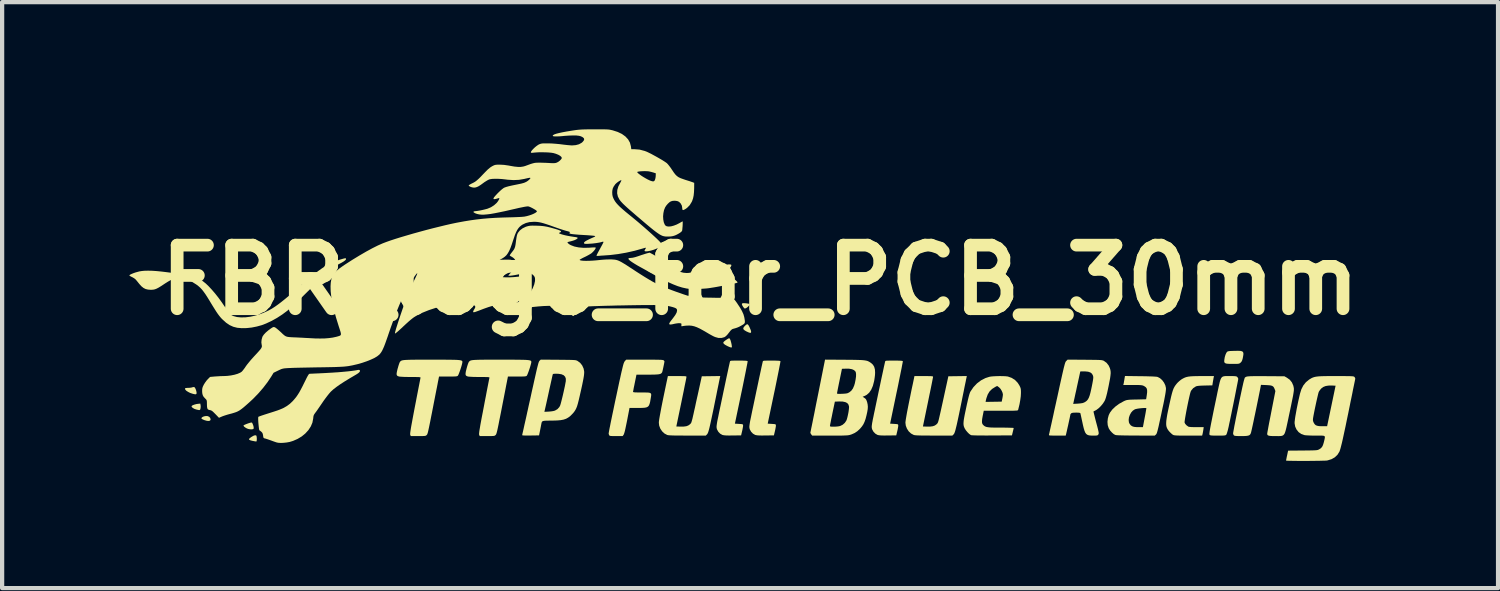
<source format=kicad_pcb>
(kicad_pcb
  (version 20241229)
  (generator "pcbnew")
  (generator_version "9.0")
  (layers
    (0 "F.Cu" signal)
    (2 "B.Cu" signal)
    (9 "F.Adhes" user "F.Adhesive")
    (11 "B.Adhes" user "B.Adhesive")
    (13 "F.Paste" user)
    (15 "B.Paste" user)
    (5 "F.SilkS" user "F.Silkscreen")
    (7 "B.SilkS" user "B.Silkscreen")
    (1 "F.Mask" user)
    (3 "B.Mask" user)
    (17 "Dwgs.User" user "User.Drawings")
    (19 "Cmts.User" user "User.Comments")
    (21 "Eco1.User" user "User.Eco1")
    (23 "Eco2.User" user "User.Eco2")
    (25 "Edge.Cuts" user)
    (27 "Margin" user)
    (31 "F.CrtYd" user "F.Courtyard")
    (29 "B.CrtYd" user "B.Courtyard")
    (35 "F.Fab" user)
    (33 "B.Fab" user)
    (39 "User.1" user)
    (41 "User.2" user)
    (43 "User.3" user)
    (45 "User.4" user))
  (footprint "FBR_logo_for_PCB_30mm"
    (layer "F.Cu")
    (at 14.879 3.554)
    (property "Reference" "FBR_logo_for_PCB_30mm" (at 0 0 0) (layer "F.SilkS") (effects (font (size 1.5 1.5) (thickness 0.3))))
    (attr board_only exclude_from_pos_files exclude_from_bom)
    (fp_poly (pts (xy -0.7 -0.366) (xy -0.68 -0.358) (xy -0.678 -0.339) (xy -0.693 -0.307) (xy -0.699 -0.299) (xy -0.721 -0.27) (xy -0.739 -0.259) (xy -0.76 -0.264) (xy -0.782 -0.276) (xy -0.809 -0.296) (xy -0.828 -0.318) (xy -0.829 -0.32) (xy -0.833 -0.339) (xy -0.82 -0.353) (xy -0.789 -0.362) (xy -0.741 -0.367)) (stroke (width 0) (type solid)) (fill yes) (layer "F.SilkS"))
    (fp_poly (pts (xy -13.033 3.211) (xy -12.995 3.227) (xy -12.97 3.256) (xy -12.961 3.291) (xy -12.962 3.297) (xy -12.974 3.317) (xy -13.004 3.326) (xy -13.047 3.323) (xy -13.102 3.308) (xy -13.136 3.294) (xy -13.163 3.281) (xy -13.172 3.275) (xy -13.178 3.259) (xy -13.166 3.242) (xy -13.141 3.226) (xy -13.107 3.215) (xy -13.07 3.209)) (stroke (width 0) (type solid)) (fill yes) (layer "F.SilkS"))
    (fp_poly (pts (xy -0.287 1.051) (xy -0.269 1.075) (xy -0.247 1.118) (xy -0.243 1.128) (xy -0.22 1.183) (xy -0.211 1.221) (xy -0.215 1.242) (xy -0.234 1.248) (xy -0.268 1.238) (xy -0.319 1.215) (xy -0.322 1.214) (xy -0.367 1.187) (xy -0.392 1.163) (xy -0.397 1.138) (xy -0.382 1.109) (xy -0.354 1.078) (xy -0.326 1.054) (xy -0.305 1.044)) (stroke (width 0) (type solid)) (fill yes) (layer "F.SilkS"))
    (fp_poly (pts (xy -13.197 2.957) (xy -13.195 2.992) (xy -13.199 3.028) (xy -13.207 3.056) (xy -13.219 3.069) (xy -13.22 3.069) (xy -13.236 3.069) (xy -13.266 3.063) (xy -13.29 3.058) (xy -13.34 3.042) (xy -13.38 3.02) (xy -13.405 2.997) (xy -13.411 2.983) (xy -13.404 2.968) (xy -13.379 2.953) (xy -13.341 2.939) (xy -13.296 2.927) (xy -13.262 2.922) (xy -13.205 2.916)) (stroke (width 0) (type solid)) (fill yes) (layer "F.SilkS"))
    (fp_poly (pts (xy -0.358 0.548) (xy -0.32 0.552) (xy -0.284 0.557) (xy -0.257 0.563) (xy -0.248 0.567) (xy -0.247 0.582) (xy -0.26 0.603) (xy -0.283 0.628) (xy -0.31 0.651) (xy -0.338 0.668) (xy -0.361 0.674) (xy -0.374 0.666) (xy -0.392 0.644) (xy -0.402 0.631) (xy -0.424 0.592) (xy -0.43 0.567) (xy -0.42 0.552) (xy -0.412 0.549) (xy -0.391 0.547)) (stroke (width 0) (type solid)) (fill yes) (layer "F.SilkS"))
    (fp_poly (pts (xy -11.888 3.667) (xy -11.884 3.67) (xy -11.877 3.687) (xy -11.873 3.716) (xy -11.871 3.75) (xy -11.873 3.782) (xy -11.877 3.804) (xy -11.882 3.81) (xy -11.897 3.809) (xy -11.928 3.804) (xy -11.968 3.796) (xy -11.976 3.795) (xy -12.024 3.782) (xy -12.05 3.769) (xy -12.056 3.754) (xy -12.042 3.735) (xy -12.009 3.71) (xy -12.005 3.707) (xy -11.953 3.676) (xy -11.914 3.663)) (stroke (width 0) (type solid)) (fill yes) (layer "F.SilkS"))
    (fp_poly (pts (xy -0.639 -0.043) (xy -0.618 -0.029) (xy -0.591 -0.007) (xy -0.564 0.018) (xy -0.542 0.04) (xy -0.531 0.055) (xy -0.531 0.057) (xy -0.541 0.065) (xy -0.566 0.074) (xy -0.599 0.081) (xy -0.633 0.085) (xy -0.662 0.086) (xy -0.677 0.082) (xy -0.677 0.082) (xy -0.683 0.066) (xy -0.685 0.037) (xy -0.685 0.003) (xy -0.682 -0.028) (xy -0.677 -0.047) (xy -0.675 -0.05) (xy -0.658 -0.05)) (stroke (width 0) (type solid)) (fill yes) (layer "F.SilkS"))
    (fp_poly (pts (xy -11.981 3.371) (xy -11.969 3.396) (xy -11.956 3.429) (xy -11.947 3.464) (xy -11.944 3.493) (xy -11.945 3.503) (xy -11.958 3.517) (xy -11.988 3.524) (xy -12.03 3.522) (xy -12.069 3.515) (xy -12.104 3.503) (xy -12.139 3.483) (xy -12.168 3.462) (xy -12.184 3.441) (xy -12.186 3.434) (xy -12.176 3.425) (xy -12.151 3.412) (xy -12.116 3.398) (xy -12.076 3.383) (xy -12.038 3.371) (xy -12.007 3.363) (xy -11.993 3.362)) (stroke (width 0) (type solid)) (fill yes) (layer "F.SilkS"))
    (fp_poly (pts (xy -0.725 1.375) (xy -0.712 1.39) (xy -0.698 1.421) (xy -0.685 1.465) (xy -0.673 1.516) (xy -0.669 1.542) (xy -0.665 1.573) (xy -0.667 1.588) (xy -0.677 1.592) (xy -0.683 1.592) (xy -0.703 1.588) (xy -0.736 1.575) (xy -0.771 1.559) (xy -0.824 1.53) (xy -0.856 1.505) (xy -0.868 1.484) (xy -0.863 1.465) (xy -0.84 1.443) (xy -0.81 1.42) (xy -0.777 1.398) (xy -0.748 1.381) (xy -0.728 1.375)) (stroke (width 0) (type solid)) (fill yes) (layer "F.SilkS"))
    (fp_poly (pts (xy -13.346 2.527) (xy -13.331 2.541) (xy -13.315 2.571) (xy -13.302 2.608) (xy -13.293 2.646) (xy -13.292 2.667) (xy -13.295 2.686) (xy -13.307 2.696) (xy -13.331 2.696) (xy -13.37 2.688) (xy -13.391 2.682) (xy -13.445 2.664) (xy -13.492 2.64) (xy -13.531 2.615) (xy -13.556 2.59) (xy -13.566 2.567) (xy -13.563 2.556) (xy -13.55 2.55) (xy -13.521 2.546) (xy -13.493 2.545) (xy -13.452 2.543) (xy -13.414 2.538) (xy -13.398 2.533) (xy -13.369 2.526)) (stroke (width 0) (type solid)) (fill yes) (layer "F.SilkS"))
    (fp_poly (pts (xy 11.329 1.673) (xy 11.367 1.682) (xy 11.39 1.698) (xy 11.4 1.724) (xy 11.4 1.762) (xy 11.391 1.815) (xy 11.385 1.847) (xy 11.372 1.893) (xy 11.356 1.926) (xy 11.335 1.949) (xy 11.321 1.961) (xy 11.307 1.969) (xy 11.289 1.975) (xy 11.264 1.978) (xy 11.226 1.979) (xy 11.172 1.979) (xy 11.149 1.979) (xy 11.084 1.979) (xy 11.038 1.977) (xy 11.006 1.974) (xy 10.984 1.968) (xy 10.97 1.961) (xy 10.956 1.949) (xy 10.949 1.933) (xy 10.949 1.907) (xy 10.951 1.881) (xy 10.961 1.819) (xy 10.978 1.763) (xy 10.998 1.719) (xy 11.015 1.696) (xy 11.027 1.687) (xy 11.044 1.682) (xy 11.07 1.677) (xy 11.109 1.675) (xy 11.164 1.673) (xy 11.198 1.672) (xy 11.274 1.671)) (stroke (width 0) (type solid)) (fill yes) (layer "F.SilkS"))
    (fp_poly (pts (xy 11.076 2.267) (xy 11.08 2.267) (xy 11.142 2.267) (xy 11.186 2.268) (xy 11.216 2.271) (xy 11.236 2.275) (xy 11.249 2.282) (xy 11.257 2.289) (xy 11.273 2.313) (xy 11.279 2.333) (xy 11.277 2.348) (xy 11.271 2.382) (xy 11.261 2.433) (xy 11.248 2.498) (xy 11.233 2.575) (xy 11.216 2.662) (xy 11.198 2.755) (xy 11.178 2.853) (xy 11.158 2.953) (xy 11.137 3.052) (xy 11.118 3.148) (xy 11.099 3.239) (xy 11.082 3.322) (xy 11.066 3.394) (xy 11.054 3.454) (xy 11.046 3.488) (xy 11.033 3.543) (xy 11.019 3.591) (xy 11.007 3.628) (xy 10.997 3.649) (xy 10.996 3.651) (xy 10.987 3.658) (xy 10.973 3.664) (xy 10.953 3.668) (xy 10.921 3.67) (xy 10.874 3.671) (xy 10.81 3.671) (xy 10.798 3.671) (xy 10.729 3.671) (xy 10.679 3.67) (xy 10.645 3.668) (xy 10.622 3.664) (xy 10.609 3.659) (xy 10.604 3.653) (xy 10.6 3.646) (xy 10.598 3.632) (xy 10.6 3.609) (xy 10.604 3.576) (xy 10.611 3.531) (xy 10.622 3.47) (xy 10.637 3.392) (xy 10.654 3.308) (xy 10.675 3.202) (xy 10.699 3.083) (xy 10.725 2.958) (xy 10.751 2.834) (xy 10.775 2.719) (xy 10.788 2.654) (xy 10.81 2.552) (xy 10.828 2.47) (xy 10.843 2.406) (xy 10.858 2.356) (xy 10.874 2.32) (xy 10.892 2.295) (xy 10.915 2.279) (xy 10.943 2.271) (xy 10.978 2.267) (xy 11.022 2.267)) (stroke (width 0) (type solid)) (fill yes) (layer "F.SilkS"))
    (fp_poly (pts (xy -0.425 1.902) (xy -0.368 1.904) (xy -0.328 1.906) (xy -0.305 1.91) (xy -0.294 1.914) (xy -0.293 1.916) (xy -0.295 1.929) (xy -0.3 1.961) (xy -0.31 2.012) (xy -0.323 2.079) (xy -0.339 2.161) (xy -0.358 2.255) (xy -0.379 2.359) (xy -0.402 2.473) (xy -0.427 2.594) (xy -0.441 2.659) (xy -0.594 3.389) (xy -0.499 3.395) (xy -0.453 3.398) (xy -0.425 3.401) (xy -0.409 3.407) (xy -0.403 3.416) (xy -0.401 3.428) (xy -0.402 3.451) (xy -0.408 3.488) (xy -0.417 3.535) (xy -0.423 3.561) (xy -0.448 3.666) (xy -0.647 3.668) (xy -0.728 3.669) (xy -0.79 3.668) (xy -0.836 3.665) (xy -0.869 3.66) (xy -0.89 3.655) (xy -0.941 3.626) (xy -0.984 3.582) (xy -1.014 3.529) (xy -1.019 3.516) (xy -1.025 3.49) (xy -1.027 3.462) (xy -1.024 3.427) (xy -1.017 3.378) (xy -1.014 3.36) (xy -1.01 3.336) (xy -1.001 3.291) (xy -0.988 3.231) (xy -0.973 3.155) (xy -0.955 3.068) (xy -0.934 2.971) (xy -0.912 2.866) (xy -0.889 2.757) (xy -0.866 2.646) (xy -0.842 2.534) (xy -0.819 2.425) (xy -0.797 2.32) (xy -0.776 2.223) (xy -0.757 2.135) (xy -0.741 2.059) (xy -0.727 1.997) (xy -0.717 1.952) (xy -0.711 1.927) (xy -0.709 1.918) (xy -0.703 1.912) (xy -0.692 1.907) (xy -0.673 1.904) (xy -0.641 1.903) (xy -0.595 1.902) (xy -0.531 1.902) (xy -0.502 1.902)) (stroke (width 0) (type solid)) (fill yes) (layer "F.SilkS"))
    (fp_poly (pts (xy 0.349 1.902) (xy 0.406 1.904) (xy 0.446 1.906) (xy 0.47 1.91) (xy 0.48 1.914) (xy 0.481 1.916) (xy 0.479 1.929) (xy 0.474 1.961) (xy 0.464 2.012) (xy 0.451 2.079) (xy 0.435 2.161) (xy 0.416 2.255) (xy 0.395 2.359) (xy 0.372 2.473) (xy 0.347 2.594) (xy 0.333 2.659) (xy 0.18 3.389) (xy 0.275 3.395) (xy 0.321 3.398) (xy 0.35 3.401) (xy 0.365 3.407) (xy 0.371 3.416) (xy 0.373 3.428) (xy 0.372 3.451) (xy 0.366 3.488) (xy 0.357 3.535) (xy 0.351 3.561) (xy 0.326 3.666) (xy 0.127 3.668) (xy 0.046 3.669) (xy -0.016 3.668) (xy -0.062 3.665) (xy -0.095 3.66) (xy -0.116 3.655) (xy -0.167 3.626) (xy -0.21 3.582) (xy -0.24 3.529) (xy -0.245 3.516) (xy -0.251 3.49) (xy -0.253 3.462) (xy -0.25 3.427) (xy -0.243 3.378) (xy -0.24 3.36) (xy -0.236 3.336) (xy -0.227 3.291) (xy -0.214 3.231) (xy -0.199 3.155) (xy -0.181 3.068) (xy -0.16 2.971) (xy -0.138 2.866) (xy -0.115 2.757) (xy -0.092 2.646) (xy -0.068 2.534) (xy -0.045 2.425) (xy -0.023 2.32) (xy -0.002 2.223) (xy 0.017 2.135) (xy 0.033 2.059) (xy 0.047 1.997) (xy 0.057 1.952) (xy 0.063 1.927) (xy 0.065 1.918) (xy 0.071 1.912) (xy 0.082 1.907) (xy 0.101 1.904) (xy 0.133 1.903) (xy 0.179 1.902) (xy 0.243 1.902) (xy 0.272 1.902)) (stroke (width 0) (type solid)) (fill yes) (layer "F.SilkS"))
    (fp_poly (pts (xy 3.235 1.902) (xy 3.292 1.904) (xy 3.332 1.906) (xy 3.356 1.91) (xy 3.366 1.914) (xy 3.367 1.916) (xy 3.366 1.929) (xy 3.36 1.961) (xy 3.35 2.012) (xy 3.338 2.079) (xy 3.321 2.161) (xy 3.302 2.255) (xy 3.281 2.359) (xy 3.258 2.473) (xy 3.233 2.594) (xy 3.219 2.659) (xy 3.067 3.389) (xy 3.162 3.395) (xy 3.207 3.398) (xy 3.236 3.401) (xy 3.251 3.407) (xy 3.257 3.416) (xy 3.259 3.428) (xy 3.258 3.451) (xy 3.252 3.488) (xy 3.243 3.535) (xy 3.237 3.561) (xy 3.212 3.666) (xy 3.013 3.668) (xy 2.932 3.669) (xy 2.87 3.668) (xy 2.825 3.665) (xy 2.791 3.66) (xy 2.77 3.655) (xy 2.72 3.626) (xy 2.676 3.582) (xy 2.646 3.529) (xy 2.641 3.516) (xy 2.635 3.49) (xy 2.633 3.462) (xy 2.636 3.427) (xy 2.643 3.378) (xy 2.646 3.36) (xy 2.651 3.336) (xy 2.659 3.291) (xy 2.672 3.231) (xy 2.687 3.155) (xy 2.706 3.068) (xy 2.726 2.971) (xy 2.748 2.866) (xy 2.771 2.757) (xy 2.794 2.646) (xy 2.818 2.534) (xy 2.841 2.425) (xy 2.863 2.32) (xy 2.884 2.223) (xy 2.903 2.135) (xy 2.919 2.059) (xy 2.933 1.997) (xy 2.943 1.952) (xy 2.949 1.927) (xy 2.951 1.918) (xy 2.957 1.912) (xy 2.968 1.907) (xy 2.987 1.904) (xy 3.019 1.903) (xy 3.065 1.902) (xy 3.129 1.902) (xy 3.159 1.902)) (stroke (width 0) (type solid)) (fill yes) (layer "F.SilkS"))
    (fp_poly (pts (xy -2.539 -0.61) (xy -2.517 -0.598) (xy -2.495 -0.585) (xy -2.469 -0.569) (xy -2.439 -0.549) (xy -2.401 -0.522) (xy -2.353 -0.488) (xy -2.293 -0.445) (xy -2.219 -0.391) (xy -2.167 -0.353) (xy -2.064 -0.283) (xy -1.972 -0.229) (xy -1.887 -0.192) (xy -1.808 -0.171) (xy -1.732 -0.164) (xy -1.68 -0.167) (xy -1.628 -0.176) (xy -1.577 -0.191) (xy -1.521 -0.216) (xy -1.455 -0.25) (xy -1.385 -0.291) (xy -1.317 -0.332) (xy -1.265 -0.362) (xy -1.225 -0.383) (xy -1.195 -0.396) (xy -1.171 -0.401) (xy -1.15 -0.402) (xy -1.129 -0.397) (xy -1.125 -0.396) (xy -1.086 -0.38) (xy -1.036 -0.352) (xy -0.979 -0.315) (xy -0.919 -0.273) (xy -0.863 -0.228) (xy -0.82 -0.19) (xy -0.749 -0.124) (xy -0.757 -0.026) (xy -0.762 0.027) (xy -0.767 0.066) (xy -0.776 0.093) (xy -0.793 0.111) (xy -0.82 0.123) (xy -0.862 0.133) (xy -0.921 0.144) (xy -0.936 0.147) (xy -1.005 0.16) (xy -1.079 0.173) (xy -1.149 0.184) (xy -1.205 0.193) (xy -1.263 0.2) (xy -1.332 0.205) (xy -1.408 0.21) (xy -1.484 0.213) (xy -1.554 0.215) (xy -1.613 0.215) (xy -1.648 0.213) (xy -1.74 0.2) (xy -1.838 0.178) (xy -1.942 0.146) (xy -2.054 0.102) (xy -2.177 0.047) (xy -2.312 -0.02) (xy -2.462 -0.101) (xy -2.521 -0.134) (xy -2.59 -0.173) (xy -2.659 -0.212) (xy -2.725 -0.249) (xy -2.781 -0.28) (xy -2.823 -0.303) (xy -2.825 -0.304) (xy -2.895 -0.343) (xy -2.961 -0.383) (xy -3.019 -0.42) (xy -3.064 -0.452) (xy -3.082 -0.468) (xy -3.104 -0.492) (xy -3.106 -0.508) (xy -3.087 -0.517) (xy -3.049 -0.52) (xy -3.003 -0.525) (xy -2.941 -0.54) (xy -2.864 -0.565) (xy -2.807 -0.585) (xy -2.75 -0.603) (xy -2.701 -0.619) (xy -2.671 -0.628) (xy -2.606 -0.645)) (stroke (width 0) (type solid)) (fill yes) (layer "F.SilkS"))
    (fp_poly (pts (xy 10.701 2.292) (xy 10.696 2.315) (xy 10.69 2.352) (xy 10.682 2.396) (xy 10.681 2.401) (xy 10.668 2.486) (xy 10.49 2.49) (xy 10.419 2.492) (xy 10.366 2.495) (xy 10.328 2.499) (xy 10.3 2.504) (xy 10.279 2.511) (xy 10.273 2.515) (xy 10.216 2.552) (xy 10.175 2.6) (xy 10.16 2.625) (xy 10.152 2.648) (xy 10.141 2.688) (xy 10.128 2.743) (xy 10.113 2.809) (xy 10.097 2.883) (xy 10.081 2.961) (xy 10.065 3.041) (xy 10.05 3.119) (xy 10.037 3.191) (xy 10.026 3.255) (xy 10.018 3.308) (xy 10.013 3.345) (xy 10.013 3.363) (xy 10.028 3.394) (xy 10.057 3.427) (xy 10.094 3.454) (xy 10.103 3.46) (xy 10.125 3.465) (xy 10.166 3.469) (xy 10.222 3.471) (xy 10.292 3.472) (xy 10.296 3.472) (xy 10.464 3.472) (xy 10.456 3.53) (xy 10.449 3.573) (xy 10.441 3.615) (xy 10.438 3.63) (xy 10.427 3.671) (xy 10.098 3.671) (xy 10.003 3.671) (xy 9.928 3.671) (xy 9.87 3.67) (xy 9.826 3.668) (xy 9.794 3.666) (xy 9.771 3.663) (xy 9.754 3.659) (xy 9.742 3.654) (xy 9.736 3.651) (xy 9.709 3.63) (xy 9.678 3.601) (xy 9.662 3.585) (xy 9.636 3.555) (xy 9.615 3.525) (xy 9.599 3.495) (xy 9.587 3.462) (xy 9.58 3.423) (xy 9.579 3.377) (xy 9.582 3.323) (xy 9.591 3.257) (xy 9.604 3.177) (xy 9.623 3.083) (xy 9.647 2.971) (xy 9.676 2.839) (xy 9.697 2.746) (xy 9.716 2.672) (xy 9.734 2.612) (xy 9.752 2.563) (xy 9.773 2.522) (xy 9.797 2.485) (xy 9.826 2.448) (xy 9.846 2.425) (xy 9.884 2.389) (xy 9.927 2.354) (xy 9.954 2.336) (xy 9.989 2.317) (xy 10.023 2.301) (xy 10.06 2.289) (xy 10.102 2.28) (xy 10.152 2.274) (xy 10.214 2.27) (xy 10.291 2.268) (xy 10.385 2.267) (xy 10.426 2.267) (xy 10.706 2.267)) (stroke (width 0) (type solid)) (fill yes) (layer "F.SilkS"))
    (fp_poly (pts (xy -0.945 2.292) (xy -0.949 2.308) (xy -0.956 2.343) (xy -0.967 2.395) (xy -0.98 2.461) (xy -0.996 2.538) (xy -1.014 2.625) (xy -1.032 2.717) (xy -1.034 2.726) (xy -1.067 2.887) (xy -1.095 3.027) (xy -1.121 3.149) (xy -1.143 3.253) (xy -1.162 3.341) (xy -1.178 3.414) (xy -1.192 3.475) (xy -1.204 3.523) (xy -1.215 3.561) (xy -1.224 3.59) (xy -1.233 3.612) (xy -1.241 3.627) (xy -1.248 3.638) (xy -1.251 3.641) (xy -1.281 3.671) (xy -1.716 3.671) (xy -1.835 3.67) (xy -1.934 3.67) (xy -2.014 3.669) (xy -2.077 3.667) (xy -2.125 3.665) (xy -2.16 3.662) (xy -2.183 3.658) (xy -2.191 3.656) (xy -2.255 3.622) (xy -2.31 3.571) (xy -2.353 3.507) (xy -2.38 3.436) (xy -2.388 3.367) (xy -2.386 3.336) (xy -2.379 3.285) (xy -2.367 3.214) (xy -2.35 3.123) (xy -2.33 3.015) (xy -2.305 2.889) (xy -2.276 2.747) (xy -2.243 2.589) (xy -2.211 2.436) (xy -2.175 2.267) (xy -1.956 2.267) (xy -1.881 2.267) (xy -1.825 2.268) (xy -1.785 2.269) (xy -1.76 2.271) (xy -1.745 2.274) (xy -1.738 2.279) (xy -1.737 2.286) (xy -1.737 2.286) (xy -1.739 2.3) (xy -1.745 2.334) (xy -1.755 2.386) (xy -1.769 2.452) (xy -1.785 2.532) (xy -1.803 2.624) (xy -1.824 2.724) (xy -1.846 2.832) (xy -1.856 2.881) (xy -1.976 3.456) (xy -1.878 3.459) (xy -1.801 3.458) (xy -1.741 3.45) (xy -1.695 3.433) (xy -1.658 3.407) (xy -1.652 3.402) (xy -1.645 3.394) (xy -1.638 3.388) (xy -1.632 3.38) (xy -1.626 3.37) (xy -1.62 3.356) (xy -1.614 3.336) (xy -1.606 3.309) (xy -1.596 3.272) (xy -1.585 3.224) (xy -1.571 3.163) (xy -1.555 3.089) (xy -1.534 2.998) (xy -1.511 2.889) (xy -1.483 2.762) (xy -1.472 2.715) (xy -1.375 2.272) (xy -1.157 2.269) (xy -0.939 2.266)) (stroke (width 0) (type solid)) (fill yes) (layer "F.SilkS"))
    (fp_poly (pts (xy 4.871 2.292) (xy 4.868 2.308) (xy 4.86 2.343) (xy 4.85 2.395) (xy 4.836 2.461) (xy 4.82 2.538) (xy 4.803 2.625) (xy 4.784 2.717) (xy 4.782 2.726) (xy 4.75 2.887) (xy 4.721 3.027) (xy 4.696 3.149) (xy 4.674 3.253) (xy 4.655 3.341) (xy 4.639 3.414) (xy 4.624 3.475) (xy 4.612 3.523) (xy 4.602 3.561) (xy 4.592 3.59) (xy 4.584 3.612) (xy 4.576 3.627) (xy 4.568 3.638) (xy 4.566 3.641) (xy 4.535 3.671) (xy 4.101 3.671) (xy 3.981 3.67) (xy 3.883 3.67) (xy 3.803 3.669) (xy 3.739 3.667) (xy 3.691 3.665) (xy 3.657 3.662) (xy 3.634 3.658) (xy 3.625 3.656) (xy 3.561 3.622) (xy 3.506 3.571) (xy 3.464 3.507) (xy 3.437 3.436) (xy 3.428 3.367) (xy 3.431 3.336) (xy 3.438 3.285) (xy 3.45 3.214) (xy 3.466 3.123) (xy 3.487 3.015) (xy 3.512 2.889) (xy 3.541 2.747) (xy 3.573 2.589) (xy 3.606 2.436) (xy 3.641 2.267) (xy 3.861 2.267) (xy 3.936 2.267) (xy 3.992 2.268) (xy 4.031 2.269) (xy 4.057 2.271) (xy 4.071 2.274) (xy 4.078 2.279) (xy 4.08 2.286) (xy 4.08 2.286) (xy 4.078 2.3) (xy 4.071 2.334) (xy 4.061 2.386) (xy 4.048 2.452) (xy 4.032 2.532) (xy 4.013 2.624) (xy 3.992 2.724) (xy 3.97 2.832) (xy 3.96 2.881) (xy 3.841 3.456) (xy 3.938 3.459) (xy 4.015 3.458) (xy 4.075 3.45) (xy 4.122 3.433) (xy 4.159 3.407) (xy 4.164 3.402) (xy 4.172 3.394) (xy 4.178 3.388) (xy 4.184 3.38) (xy 4.19 3.37) (xy 4.196 3.356) (xy 4.203 3.336) (xy 4.211 3.309) (xy 4.22 3.272) (xy 4.231 3.224) (xy 4.245 3.163) (xy 4.262 3.089) (xy 4.282 2.998) (xy 4.306 2.889) (xy 4.334 2.762) (xy 4.344 2.715) (xy 4.441 2.272) (xy 4.659 2.269) (xy 4.877 2.266)) (stroke (width 0) (type solid)) (fill yes) (layer "F.SilkS"))
    (fp_poly (pts (xy -2.614 1.88) (xy -2.523 1.88) (xy -2.45 1.881) (xy -2.393 1.882) (xy -2.35 1.883) (xy -2.319 1.885) (xy -2.297 1.888) (xy -2.283 1.891) (xy -2.275 1.895) (xy -2.273 1.897) (xy -2.259 1.912) (xy -2.256 1.917) (xy -2.258 1.937) (xy -2.264 1.972) (xy -2.273 2.016) (xy -2.283 2.064) (xy -2.293 2.11) (xy -2.302 2.148) (xy -2.309 2.174) (xy -2.312 2.179) (xy -2.323 2.195) (xy -2.338 2.208) (xy -2.36 2.218) (xy -2.392 2.225) (xy -2.436 2.229) (xy -2.495 2.232) (xy -2.571 2.233) (xy -2.657 2.234) (xy -2.916 2.234) (xy -2.956 2.43) (xy -2.969 2.494) (xy -2.981 2.55) (xy -2.989 2.596) (xy -2.995 2.627) (xy -2.997 2.64) (xy -2.991 2.645) (xy -2.974 2.649) (xy -2.941 2.652) (xy -2.892 2.653) (xy -2.824 2.654) (xy -2.8 2.654) (xy -2.72 2.654) (xy -2.66 2.655) (xy -2.618 2.658) (xy -2.59 2.667) (xy -2.574 2.681) (xy -2.568 2.703) (xy -2.57 2.734) (xy -2.577 2.777) (xy -2.582 2.805) (xy -2.593 2.871) (xy -2.606 2.921) (xy -2.621 2.959) (xy -2.643 2.986) (xy -2.674 3.003) (xy -2.717 3.013) (xy -2.774 3.017) (xy -2.85 3.019) (xy -2.894 3.019) (xy -3.08 3.019) (xy -3.138 3.32) (xy -3.159 3.422) (xy -3.176 3.503) (xy -3.19 3.565) (xy -3.203 3.61) (xy -3.213 3.639) (xy -3.22 3.652) (xy -3.242 3.682) (xy -3.395 3.682) (xy -3.457 3.682) (xy -3.5 3.681) (xy -3.528 3.679) (xy -3.545 3.675) (xy -3.555 3.668) (xy -3.56 3.661) (xy -3.57 3.634) (xy -3.572 3.619) (xy -3.569 3.602) (xy -3.563 3.566) (xy -3.553 3.512) (xy -3.539 3.444) (xy -3.523 3.362) (xy -3.504 3.27) (xy -3.483 3.168) (xy -3.46 3.06) (xy -3.437 2.948) (xy -3.413 2.834) (xy -3.388 2.719) (xy -3.364 2.606) (xy -3.341 2.498) (xy -3.319 2.395) (xy -3.298 2.302) (xy -3.28 2.218) (xy -3.264 2.148) (xy -3.26 2.134) (xy -3.243 2.061) (xy -3.229 2.006) (xy -3.217 1.966) (xy -3.205 1.938) (xy -3.194 1.919) (xy -3.187 1.91) (xy -3.158 1.88) (xy -2.724 1.88)) (stroke (width 0) (type solid)) (fill yes) (layer "F.SilkS"))
    (fp_poly (pts (xy -9.446 2.126) (xy -9.443 2.129) (xy -9.437 2.149) (xy -9.449 2.172) (xy -9.48 2.2) (xy -9.531 2.233) (xy -9.535 2.235) (xy -9.678 2.319) (xy -9.802 2.395) (xy -9.907 2.463) (xy -9.995 2.525) (xy -10.067 2.581) (xy -10.123 2.632) (xy -10.136 2.646) (xy -10.168 2.683) (xy -10.208 2.733) (xy -10.252 2.791) (xy -10.297 2.853) (xy -10.327 2.897) (xy -10.368 2.957) (xy -10.407 3.014) (xy -10.443 3.066) (xy -10.472 3.107) (xy -10.489 3.129) (xy -10.514 3.164) (xy -10.529 3.192) (xy -10.537 3.224) (xy -10.541 3.267) (xy -10.542 3.272) (xy -10.56 3.365) (xy -10.598 3.455) (xy -10.654 3.541) (xy -10.726 3.62) (xy -10.811 3.69) (xy -10.909 3.749) (xy -11.016 3.796) (xy -11.094 3.82) (xy -11.164 3.833) (xy -11.237 3.841) (xy -11.306 3.844) (xy -11.366 3.84) (xy -11.401 3.833) (xy -11.435 3.822) (xy -11.481 3.806) (xy -11.53 3.788) (xy -11.544 3.783) (xy -11.592 3.766) (xy -11.636 3.751) (xy -11.669 3.741) (xy -11.677 3.739) (xy -11.7 3.733) (xy -11.712 3.723) (xy -11.719 3.702) (xy -11.723 3.671) (xy -11.731 3.629) (xy -11.745 3.601) (xy -11.763 3.582) (xy -11.787 3.562) (xy -11.806 3.549) (xy -11.809 3.548) (xy -11.814 3.536) (xy -11.82 3.507) (xy -11.825 3.466) (xy -11.83 3.417) (xy -11.835 3.365) (xy -11.838 3.315) (xy -11.839 3.273) (xy -11.838 3.242) (xy -11.835 3.228) (xy -11.824 3.223) (xy -11.798 3.213) (xy -11.756 3.198) (xy -11.696 3.178) (xy -11.618 3.153) (xy -11.52 3.122) (xy -11.442 3.097) (xy -11.331 3.058) (xy -11.239 3.018) (xy -11.16 2.972) (xy -11.089 2.919) (xy -11.023 2.856) (xy -11.008 2.839) (xy -10.971 2.796) (xy -10.936 2.752) (xy -10.904 2.705) (xy -10.87 2.651) (xy -10.834 2.586) (xy -10.793 2.507) (xy -10.752 2.424) (xy -10.717 2.354) (xy -10.691 2.301) (xy -10.67 2.263) (xy -10.655 2.238) (xy -10.643 2.222) (xy -10.633 2.215) (xy -10.622 2.212) (xy -10.617 2.212) (xy -10.588 2.211) (xy -10.542 2.209) (xy -10.481 2.206) (xy -10.41 2.203) (xy -10.331 2.199) (xy -10.25 2.195) (xy -10.169 2.19) (xy -10.092 2.186) (xy -10.023 2.181) (xy -9.969 2.178) (xy -9.885 2.171) (xy -9.798 2.163) (xy -9.714 2.155) (xy -9.637 2.146) (xy -9.57 2.137) (xy -9.519 2.129) (xy -9.496 2.124) (xy -9.464 2.12)) (stroke (width 0) (type solid)) (fill yes) (layer "F.SilkS"))
    (fp_poly (pts (xy 11.791 2.268) (xy 11.9 2.269) (xy 11.938 2.269) (xy 12.368 2.272) (xy 12.427 2.305) (xy 12.495 2.354) (xy 12.545 2.417) (xy 12.578 2.493) (xy 12.59 2.55) (xy 12.591 2.567) (xy 12.591 2.586) (xy 12.59 2.61) (xy 12.586 2.641) (xy 12.58 2.68) (xy 12.572 2.729) (xy 12.56 2.789) (xy 12.545 2.863) (xy 12.527 2.952) (xy 12.505 3.058) (xy 12.478 3.183) (xy 12.456 3.29) (xy 12.434 3.392) (xy 12.416 3.475) (xy 12.4 3.54) (xy 12.385 3.59) (xy 12.37 3.627) (xy 12.351 3.653) (xy 12.329 3.669) (xy 12.302 3.678) (xy 12.267 3.682) (xy 12.224 3.683) (xy 12.171 3.682) (xy 12.16 3.682) (xy 12.089 3.682) (xy 12.036 3.679) (xy 12 3.673) (xy 11.978 3.664) (xy 11.966 3.651) (xy 11.962 3.632) (xy 11.962 3.626) (xy 11.964 3.61) (xy 11.97 3.574) (xy 11.98 3.522) (xy 11.992 3.455) (xy 12.007 3.375) (xy 12.025 3.285) (xy 12.044 3.188) (xy 12.059 3.11) (xy 12.155 2.62) (xy 12.136 2.57) (xy 12.121 2.537) (xy 12.102 2.513) (xy 12.076 2.497) (xy 12.039 2.487) (xy 11.986 2.482) (xy 11.938 2.479) (xy 11.815 2.474) (xy 11.795 2.578) (xy 11.784 2.633) (xy 11.77 2.702) (xy 11.754 2.782) (xy 11.736 2.87) (xy 11.717 2.963) (xy 11.697 3.06) (xy 11.677 3.156) (xy 11.657 3.249) (xy 11.639 3.337) (xy 11.622 3.416) (xy 11.607 3.484) (xy 11.595 3.538) (xy 11.586 3.575) (xy 11.583 3.591) (xy 11.572 3.623) (xy 11.558 3.647) (xy 11.538 3.663) (xy 11.509 3.673) (xy 11.467 3.679) (xy 11.409 3.682) (xy 11.347 3.682) (xy 11.282 3.682) (xy 11.237 3.68) (xy 11.206 3.677) (xy 11.187 3.672) (xy 11.175 3.665) (xy 11.175 3.665) (xy 11.162 3.641) (xy 11.157 3.617) (xy 11.16 3.6) (xy 11.166 3.564) (xy 11.176 3.511) (xy 11.188 3.443) (xy 11.204 3.364) (xy 11.221 3.276) (xy 11.24 3.181) (xy 11.261 3.081) (xy 11.281 2.98) (xy 11.302 2.878) (xy 11.322 2.78) (xy 11.342 2.687) (xy 11.36 2.602) (xy 11.376 2.528) (xy 11.385 2.489) (xy 11.398 2.43) (xy 11.411 2.378) (xy 11.423 2.337) (xy 11.431 2.311) (xy 11.434 2.305) (xy 11.444 2.296) (xy 11.456 2.288) (xy 11.473 2.281) (xy 11.496 2.276) (xy 11.529 2.273) (xy 11.573 2.27) (xy 11.63 2.269) (xy 11.702 2.268)) (stroke (width 0) (type solid)) (fill yes) (layer "F.SilkS"))
    (fp_poly (pts (xy 8.972 2.27) (xy 9.083 2.271) (xy 9.178 2.274) (xy 9.256 2.276) (xy 9.316 2.28) (xy 9.357 2.283) (xy 9.375 2.287) (xy 9.432 2.316) (xy 9.485 2.363) (xy 9.528 2.421) (xy 9.559 2.486) (xy 9.572 2.541) (xy 9.574 2.56) (xy 9.573 2.584) (xy 9.57 2.614) (xy 9.565 2.653) (xy 9.557 2.702) (xy 9.546 2.762) (xy 9.532 2.836) (xy 9.514 2.925) (xy 9.491 3.03) (xy 9.465 3.155) (xy 9.442 3.262) (xy 9.42 3.361) (xy 9.403 3.441) (xy 9.388 3.504) (xy 9.376 3.552) (xy 9.366 3.587) (xy 9.358 3.612) (xy 9.35 3.629) (xy 9.342 3.641) (xy 9.337 3.646) (xy 9.31 3.671) (xy 8.865 3.67) (xy 8.733 3.669) (xy 8.621 3.668) (xy 8.53 3.666) (xy 8.46 3.664) (xy 8.411 3.661) (xy 8.384 3.657) (xy 8.382 3.657) (xy 8.342 3.636) (xy 8.3 3.599) (xy 8.259 3.554) (xy 8.227 3.504) (xy 8.221 3.491) (xy 8.2 3.424) (xy 8.194 3.347) (xy 8.199 3.303) (xy 8.694 3.303) (xy 8.7 3.358) (xy 8.717 3.396) (xy 8.744 3.429) (xy 8.778 3.451) (xy 8.821 3.465) (xy 8.88 3.471) (xy 8.924 3.472) (xy 9.03 3.472) (xy 9.071 3.254) (xy 9.084 3.187) (xy 9.095 3.127) (xy 9.103 3.078) (xy 9.109 3.044) (xy 9.112 3.027) (xy 9.112 3.026) (xy 9.102 3.021) (xy 9.075 3.02) (xy 9.036 3.021) (xy 8.99 3.025) (xy 8.942 3.03) (xy 8.897 3.037) (xy 8.86 3.045) (xy 8.839 3.052) (xy 8.792 3.083) (xy 8.752 3.128) (xy 8.722 3.183) (xy 8.701 3.243) (xy 8.694 3.303) (xy 8.199 3.303) (xy 8.203 3.266) (xy 8.224 3.188) (xy 8.253 3.129) (xy 8.308 3.056) (xy 8.381 2.986) (xy 8.469 2.921) (xy 8.568 2.866) (xy 8.579 2.86) (xy 8.605 2.848) (xy 8.626 2.84) (xy 8.649 2.833) (xy 8.675 2.829) (xy 8.709 2.825) (xy 8.755 2.823) (xy 8.816 2.821) (xy 8.879 2.82) (xy 9.106 2.814) (xy 9.122 2.713) (xy 9.13 2.645) (xy 9.129 2.594) (xy 9.118 2.556) (xy 9.096 2.528) (xy 9.062 2.505) (xy 9.057 2.502) (xy 9.038 2.493) (xy 9.02 2.487) (xy 8.998 2.483) (xy 8.969 2.48) (xy 8.929 2.478) (xy 8.874 2.477) (xy 8.802 2.477) (xy 8.787 2.477) (xy 8.567 2.477) (xy 8.574 2.452) (xy 8.579 2.429) (xy 8.585 2.392) (xy 8.593 2.349) (xy 8.593 2.346) (xy 8.607 2.265)) (stroke (width 0) (type solid)) (fill yes) (layer "F.SilkS"))
    (fp_poly (pts (xy 5.717 2.268) (xy 5.779 2.27) (xy 5.829 2.275) (xy 5.847 2.278) (xy 5.936 2.31) (xy 6.014 2.36) (xy 6.078 2.427) (xy 6.121 2.496) (xy 6.136 2.528) (xy 6.146 2.556) (xy 6.151 2.587) (xy 6.153 2.627) (xy 6.153 2.67) (xy 6.149 2.745) (xy 6.137 2.833) (xy 6.12 2.929) (xy 6.097 3.024) (xy 6.086 3.066) (xy 6.083 3.071) (xy 6.077 3.075) (xy 6.065 3.078) (xy 6.045 3.081) (xy 6.014 3.082) (xy 5.972 3.084) (xy 5.915 3.085) (xy 5.842 3.085) (xy 5.751 3.085) (xy 5.678 3.085) (xy 5.276 3.085) (xy 5.265 3.138) (xy 5.249 3.218) (xy 5.238 3.281) (xy 5.234 3.328) (xy 5.235 3.364) (xy 5.242 3.391) (xy 5.255 3.412) (xy 5.275 3.432) (xy 5.275 3.432) (xy 5.294 3.447) (xy 5.315 3.458) (xy 5.34 3.467) (xy 5.373 3.473) (xy 5.415 3.478) (xy 5.47 3.481) (xy 5.541 3.482) (xy 5.629 3.483) (xy 5.687 3.483) (xy 5.765 3.483) (xy 5.835 3.484) (xy 5.895 3.486) (xy 5.941 3.487) (xy 5.971 3.489) (xy 5.982 3.492) (xy 5.982 3.492) (xy 5.979 3.506) (xy 5.973 3.535) (xy 5.963 3.575) (xy 5.961 3.583) (xy 5.941 3.666) (xy 5.467 3.668) (xy 5.336 3.669) (xy 5.226 3.668) (xy 5.137 3.668) (xy 5.067 3.666) (xy 5.017 3.664) (xy 4.985 3.662) (xy 4.971 3.658) (xy 4.932 3.631) (xy 4.891 3.59) (xy 4.853 3.544) (xy 4.826 3.501) (xy 4.826 3.5) (xy 4.814 3.473) (xy 4.805 3.448) (xy 4.8 3.42) (xy 4.798 3.387) (xy 4.8 3.348) (xy 4.805 3.3) (xy 4.815 3.241) (xy 4.829 3.167) (xy 4.848 3.078) (xy 4.871 2.97) (xy 4.878 2.936) (xy 4.892 2.876) (xy 5.319 2.876) (xy 5.509 2.873) (xy 5.699 2.87) (xy 5.713 2.803) (xy 5.721 2.761) (xy 5.726 2.723) (xy 5.728 2.703) (xy 5.72 2.662) (xy 5.7 2.615) (xy 5.672 2.569) (xy 5.639 2.534) (xy 5.632 2.529) (xy 5.592 2.5) (xy 5.547 2.523) (xy 5.472 2.571) (xy 5.413 2.629) (xy 5.369 2.702) (xy 5.338 2.79) (xy 5.326 2.839) (xy 5.319 2.876) (xy 4.892 2.876) (xy 4.901 2.834) (xy 4.921 2.753) (xy 4.938 2.692) (xy 4.953 2.65) (xy 4.962 2.632) (xy 5.032 2.529) (xy 5.116 2.44) (xy 5.211 2.368) (xy 5.316 2.314) (xy 5.409 2.284) (xy 5.451 2.277) (xy 5.509 2.272) (xy 5.576 2.269) (xy 5.647 2.267)) (stroke (width 0) (type solid)) (fill yes) (layer "F.SilkS"))
    (fp_poly (pts (xy -7.607 1.88) (xy -7.482 1.88) (xy -7.377 1.881) (xy -7.289 1.882) (xy -7.217 1.883) (xy -7.159 1.885) (xy -7.114 1.888) (xy -7.08 1.892) (xy -7.056 1.897) (xy -7.039 1.903) (xy -7.029 1.91) (xy -7.024 1.919) (xy -7.022 1.929) (xy -7.022 1.937) (xy -7.026 1.962) (xy -7.035 2) (xy -7.049 2.049) (xy -7.066 2.102) (xy -7.084 2.154) (xy -7.101 2.2) (xy -7.116 2.236) (xy -7.127 2.256) (xy -7.128 2.257) (xy -7.136 2.264) (xy -7.147 2.27) (xy -7.165 2.273) (xy -7.193 2.276) (xy -7.233 2.277) (xy -7.29 2.278) (xy -7.36 2.278) (xy -7.573 2.278) (xy -7.585 2.336) (xy -7.589 2.359) (xy -7.598 2.402) (xy -7.609 2.461) (xy -7.623 2.533) (xy -7.64 2.617) (xy -7.658 2.709) (xy -7.677 2.807) (xy -7.685 2.847) (xy -7.714 2.996) (xy -7.739 3.125) (xy -7.761 3.235) (xy -7.779 3.328) (xy -7.795 3.406) (xy -7.808 3.469) (xy -7.819 3.52) (xy -7.828 3.56) (xy -7.835 3.591) (xy -7.842 3.613) (xy -7.847 3.629) (xy -7.852 3.641) (xy -7.857 3.649) (xy -7.863 3.655) (xy -7.864 3.657) (xy -7.874 3.666) (xy -7.886 3.673) (xy -7.902 3.678) (xy -7.928 3.68) (xy -7.966 3.682) (xy -8.02 3.682) (xy -8.063 3.682) (xy -8.239 3.682) (xy -8.252 3.654) (xy -8.254 3.645) (xy -8.254 3.631) (xy -8.253 3.609) (xy -8.249 3.579) (xy -8.243 3.538) (xy -8.235 3.486) (xy -8.223 3.419) (xy -8.208 3.338) (xy -8.19 3.24) (xy -8.168 3.123) (xy -8.142 2.987) (xy -8.14 2.977) (xy -8.117 2.859) (xy -8.096 2.748) (xy -8.076 2.646) (xy -8.058 2.553) (xy -8.042 2.472) (xy -8.029 2.405) (xy -8.019 2.354) (xy -8.013 2.321) (xy -8.01 2.308) (xy -8.009 2.302) (xy -8.014 2.297) (xy -8.026 2.294) (xy -8.049 2.291) (xy -8.084 2.29) (xy -8.135 2.289) (xy -8.205 2.289) (xy -8.24 2.289) (xy -8.314 2.288) (xy -8.383 2.287) (xy -8.442 2.284) (xy -8.487 2.281) (xy -8.515 2.278) (xy -8.518 2.277) (xy -8.546 2.267) (xy -8.564 2.254) (xy -8.573 2.233) (xy -8.573 2.201) (xy -8.565 2.156) (xy -8.55 2.093) (xy -8.547 2.084) (xy -8.532 2.031) (xy -8.517 1.984) (xy -8.504 1.949) (xy -8.494 1.931) (xy -8.494 1.931) (xy -8.485 1.921) (xy -8.475 1.912) (xy -8.463 1.904) (xy -8.446 1.898) (xy -8.424 1.893) (xy -8.395 1.889) (xy -8.357 1.886) (xy -8.308 1.884) (xy -8.246 1.882) (xy -8.17 1.881) (xy -8.078 1.88) (xy -7.969 1.88) (xy -7.84 1.88) (xy -7.752 1.88)) (stroke (width 0) (type solid)) (fill yes) (layer "F.SilkS"))
    (fp_poly (pts (xy -5.981 1.88) (xy -5.857 1.88) (xy -5.751 1.881) (xy -5.664 1.882) (xy -5.591 1.883) (xy -5.534 1.885) (xy -5.488 1.888) (xy -5.454 1.892) (xy -5.43 1.897) (xy -5.414 1.903) (xy -5.404 1.91) (xy -5.398 1.919) (xy -5.397 1.929) (xy -5.396 1.937) (xy -5.4 1.962) (xy -5.41 2) (xy -5.424 2.049) (xy -5.441 2.102) (xy -5.459 2.154) (xy -5.476 2.2) (xy -5.491 2.236) (xy -5.501 2.256) (xy -5.502 2.257) (xy -5.51 2.264) (xy -5.522 2.27) (xy -5.54 2.273) (xy -5.567 2.276) (xy -5.608 2.277) (xy -5.664 2.278) (xy -5.734 2.278) (xy -5.948 2.278) (xy -5.959 2.336) (xy -5.964 2.359) (xy -5.972 2.402) (xy -5.984 2.461) (xy -5.998 2.533) (xy -6.014 2.617) (xy -6.032 2.709) (xy -6.051 2.807) (xy -6.059 2.847) (xy -6.088 2.996) (xy -6.113 3.125) (xy -6.135 3.235) (xy -6.154 3.328) (xy -6.169 3.406) (xy -6.182 3.469) (xy -6.193 3.52) (xy -6.202 3.56) (xy -6.21 3.591) (xy -6.216 3.613) (xy -6.222 3.629) (xy -6.227 3.641) (xy -6.232 3.649) (xy -6.237 3.655) (xy -6.239 3.657) (xy -6.249 3.666) (xy -6.26 3.673) (xy -6.277 3.678) (xy -6.302 3.68) (xy -6.341 3.682) (xy -6.395 3.682) (xy -6.438 3.682) (xy -6.613 3.682) (xy -6.626 3.654) (xy -6.628 3.645) (xy -6.629 3.631) (xy -6.627 3.609) (xy -6.624 3.579) (xy -6.618 3.538) (xy -6.609 3.486) (xy -6.598 3.419) (xy -6.583 3.338) (xy -6.565 3.24) (xy -6.542 3.123) (xy -6.516 2.987) (xy -6.514 2.977) (xy -6.492 2.859) (xy -6.47 2.748) (xy -6.451 2.646) (xy -6.433 2.553) (xy -6.417 2.472) (xy -6.404 2.405) (xy -6.394 2.354) (xy -6.387 2.321) (xy -6.384 2.308) (xy -6.384 2.302) (xy -6.388 2.297) (xy -6.401 2.294) (xy -6.423 2.291) (xy -6.459 2.29) (xy -6.51 2.289) (xy -6.579 2.289) (xy -6.615 2.289) (xy -6.689 2.288) (xy -6.757 2.287) (xy -6.816 2.284) (xy -6.861 2.281) (xy -6.889 2.278) (xy -6.892 2.277) (xy -6.92 2.267) (xy -6.938 2.254) (xy -6.947 2.233) (xy -6.947 2.201) (xy -6.94 2.156) (xy -6.924 2.093) (xy -6.922 2.084) (xy -6.907 2.031) (xy -6.892 1.984) (xy -6.878 1.949) (xy -6.869 1.931) (xy -6.869 1.931) (xy -6.859 1.921) (xy -6.849 1.912) (xy -6.837 1.904) (xy -6.821 1.898) (xy -6.799 1.893) (xy -6.77 1.889) (xy -6.731 1.886) (xy -6.682 1.884) (xy -6.62 1.882) (xy -6.545 1.881) (xy -6.453 1.88) (xy -6.343 1.88) (xy -6.214 1.88) (xy -6.126 1.88)) (stroke (width 0) (type solid)) (fill yes) (layer "F.SilkS"))
    (fp_poly (pts (xy -4.762 1.882) (xy -4.656 1.883) (xy -4.569 1.884) (xy -4.5 1.885) (xy -4.446 1.886) (xy -4.405 1.888) (xy -4.374 1.89) (xy -4.351 1.893) (xy -4.335 1.897) (xy -4.321 1.902) (xy -4.309 1.908) (xy -4.307 1.909) (xy -4.244 1.955) (xy -4.196 2.016) (xy -4.163 2.089) (xy -4.15 2.155) (xy -4.149 2.183) (xy -4.151 2.218) (xy -4.156 2.262) (xy -4.165 2.317) (xy -4.178 2.386) (xy -4.195 2.469) (xy -4.217 2.57) (xy -4.244 2.689) (xy -4.258 2.751) (xy -4.28 2.844) (xy -4.299 2.918) (xy -4.317 2.978) (xy -4.336 3.026) (xy -4.357 3.067) (xy -4.381 3.104) (xy -4.41 3.14) (xy -4.431 3.163) (xy -4.478 3.209) (xy -4.526 3.246) (xy -4.577 3.274) (xy -4.636 3.294) (xy -4.706 3.307) (xy -4.79 3.314) (xy -4.892 3.317) (xy -4.917 3.317) (xy -4.994 3.318) (xy -5.051 3.319) (xy -5.093 3.322) (xy -5.121 3.328) (xy -5.139 3.338) (xy -5.149 3.353) (xy -5.156 3.374) (xy -5.159 3.392) (xy -5.165 3.421) (xy -5.173 3.464) (xy -5.183 3.515) (xy -5.19 3.55) (xy -5.214 3.666) (xy -5.415 3.669) (xy -5.489 3.67) (xy -5.543 3.669) (xy -5.58 3.668) (xy -5.602 3.665) (xy -5.612 3.661) (xy -5.612 3.658) (xy -5.609 3.645) (xy -5.602 3.612) (xy -5.59 3.561) (xy -5.575 3.494) (xy -5.557 3.411) (xy -5.535 3.315) (xy -5.511 3.208) (xy -5.49 3.11) (xy -5.088 3.11) (xy -4.985 3.105) (xy -4.929 3.1) (xy -4.878 3.092) (xy -4.842 3.082) (xy -4.838 3.081) (xy -4.78 3.047) (xy -4.738 3.001) (xy -4.72 2.97) (xy -4.712 2.949) (xy -4.7 2.909) (xy -4.686 2.855) (xy -4.67 2.791) (xy -4.653 2.721) (xy -4.636 2.647) (xy -4.62 2.574) (xy -4.605 2.506) (xy -4.594 2.446) (xy -4.585 2.399) (xy -4.583 2.388) (xy -4.582 2.328) (xy -4.599 2.282) (xy -4.633 2.247) (xy -4.686 2.224) (xy -4.757 2.213) (xy -4.796 2.212) (xy -4.841 2.212) (xy -4.869 2.214) (xy -4.884 2.219) (xy -4.891 2.228) (xy -4.893 2.236) (xy -4.897 2.253) (xy -4.905 2.288) (xy -4.916 2.34) (xy -4.931 2.405) (xy -4.948 2.482) (xy -4.967 2.567) (xy -4.987 2.659) (xy -4.987 2.659) (xy -5.007 2.751) (xy -5.026 2.837) (xy -5.043 2.914) (xy -5.058 2.98) (xy -5.07 3.032) (xy -5.078 3.067) (xy -5.082 3.084) (xy -5.082 3.084) (xy -5.088 3.11) (xy -5.49 3.11) (xy -5.485 3.09) (xy -5.458 2.964) (xy -5.428 2.832) (xy -5.418 2.787) (xy -5.384 2.63) (xy -5.353 2.493) (xy -5.327 2.375) (xy -5.304 2.274) (xy -5.285 2.189) (xy -5.269 2.119) (xy -5.255 2.061) (xy -5.243 2.015) (xy -5.234 1.98) (xy -5.226 1.953) (xy -5.219 1.934) (xy -5.213 1.92) (xy -5.207 1.911) (xy -5.201 1.905) (xy -5.201 1.904) (xy -5.173 1.879)) (stroke (width 0) (type solid)) (fill yes) (layer "F.SilkS"))
    (fp_poly (pts (xy 1.996 1.882) (xy 2.116 1.883) (xy 2.217 1.884) (xy 2.299 1.886) (xy 2.367 1.888) (xy 2.421 1.891) (xy 2.465 1.896) (xy 2.5 1.902) (xy 2.529 1.909) (xy 2.553 1.919) (xy 2.576 1.931) (xy 2.599 1.946) (xy 2.617 1.958) (xy 2.662 1.999) (xy 2.692 2.049) (xy 2.709 2.112) (xy 2.713 2.189) (xy 2.71 2.246) (xy 2.702 2.311) (xy 2.692 2.374) (xy 2.689 2.389) (xy 2.66 2.499) (xy 2.621 2.589) (xy 2.573 2.659) (xy 2.516 2.709) (xy 2.476 2.731) (xy 2.419 2.755) (xy 2.451 2.775) (xy 2.479 2.795) (xy 2.499 2.817) (xy 2.513 2.847) (xy 2.526 2.885) (xy 2.537 2.936) (xy 2.542 2.988) (xy 2.539 3.045) (xy 2.528 3.112) (xy 2.51 3.193) (xy 2.488 3.278) (xy 2.464 3.346) (xy 2.438 3.402) (xy 2.405 3.452) (xy 2.365 3.5) (xy 2.357 3.509) (xy 2.295 3.567) (xy 2.232 3.609) (xy 2.161 3.641) (xy 2.133 3.65) (xy 2.114 3.656) (xy 2.093 3.66) (xy 2.069 3.664) (xy 2.038 3.666) (xy 1.999 3.668) (xy 1.948 3.67) (xy 1.884 3.671) (xy 1.803 3.671) (xy 1.705 3.671) (xy 1.647 3.671) (xy 1.229 3.671) (xy 1.206 3.642) (xy 1.191 3.618) (xy 1.186 3.601) (xy 1.186 3.6) (xy 1.189 3.588) (xy 1.196 3.555) (xy 1.206 3.504) (xy 1.219 3.442) (xy 1.648 3.442) (xy 1.65 3.451) (xy 1.661 3.457) (xy 1.683 3.46) (xy 1.723 3.461) (xy 1.74 3.461) (xy 1.791 3.459) (xy 1.842 3.454) (xy 1.883 3.446) (xy 1.887 3.445) (xy 1.947 3.416) (xy 1.999 3.37) (xy 2.034 3.318) (xy 2.047 3.285) (xy 2.06 3.237) (xy 2.073 3.18) (xy 2.085 3.12) (xy 2.093 3.063) (xy 2.098 3.015) (xy 2.098 2.984) (xy 2.084 2.938) (xy 2.055 2.903) (xy 2.01 2.881) (xy 1.948 2.868) (xy 1.867 2.866) (xy 1.863 2.866) (xy 1.764 2.87) (xy 1.706 3.146) (xy 1.691 3.222) (xy 1.676 3.292) (xy 1.665 3.352) (xy 1.655 3.399) (xy 1.65 3.43) (xy 1.648 3.442) (xy 1.219 3.442) (xy 1.22 3.437) (xy 1.237 3.354) (xy 1.256 3.258) (xy 1.278 3.151) (xy 1.301 3.033) (xy 1.326 2.907) (xy 1.353 2.774) (xy 1.361 2.734) (xy 1.373 2.675) (xy 1.814 2.675) (xy 1.818 2.681) (xy 1.832 2.685) (xy 1.859 2.687) (xy 1.904 2.686) (xy 1.934 2.685) (xy 1.989 2.682) (xy 2.029 2.678) (xy 2.059 2.672) (xy 2.084 2.661) (xy 2.105 2.65) (xy 2.152 2.612) (xy 2.19 2.559) (xy 2.22 2.489) (xy 2.236 2.434) (xy 2.253 2.349) (xy 2.263 2.276) (xy 2.264 2.217) (xy 2.257 2.175) (xy 2.251 2.161) (xy 2.217 2.127) (xy 2.168 2.105) (xy 2.101 2.093) (xy 2.033 2.092) (xy 1.931 2.095) (xy 1.873 2.377) (xy 1.857 2.454) (xy 1.843 2.524) (xy 1.831 2.584) (xy 1.822 2.631) (xy 1.816 2.663) (xy 1.814 2.675) (xy 1.373 2.675) (xy 1.532 1.879)) (stroke (width 0) (type solid)) (fill yes) (layer "F.SilkS"))
    (fp_poly (pts (xy 13.689 2.267) (xy 13.776 2.267) (xy 13.846 2.268) (xy 13.9 2.268) (xy 13.94 2.27) (xy 13.97 2.272) (xy 13.99 2.274) (xy 14.004 2.278) (xy 14.013 2.282) (xy 14.02 2.287) (xy 14.022 2.289) (xy 14.038 2.318) (xy 14.038 2.336) (xy 14.035 2.351) (xy 14.028 2.386) (xy 14.017 2.439) (xy 14.003 2.507) (xy 13.986 2.588) (xy 13.968 2.681) (xy 13.947 2.783) (xy 13.924 2.892) (xy 13.91 2.964) (xy 13.873 3.146) (xy 13.839 3.308) (xy 13.81 3.451) (xy 13.783 3.575) (xy 13.76 3.682) (xy 13.74 3.774) (xy 13.722 3.851) (xy 13.706 3.914) (xy 13.693 3.965) (xy 13.681 4.005) (xy 13.671 4.035) (xy 13.664 4.052) (xy 13.619 4.124) (xy 13.557 4.183) (xy 13.48 4.227) (xy 13.389 4.255) (xy 13.381 4.257) (xy 13.358 4.26) (xy 13.317 4.262) (xy 13.262 4.263) (xy 13.194 4.265) (xy 13.116 4.266) (xy 13.032 4.267) (xy 12.944 4.268) (xy 12.854 4.268) (xy 12.765 4.268) (xy 12.68 4.268) (xy 12.602 4.267) (xy 12.534 4.266) (xy 12.477 4.265) (xy 12.436 4.264) (xy 12.412 4.262) (xy 12.407 4.26) (xy 12.409 4.246) (xy 12.415 4.216) (xy 12.423 4.174) (xy 12.431 4.139) (xy 12.455 4.026) (xy 12.798 4.023) (xy 12.895 4.022) (xy 12.972 4.021) (xy 13.032 4.02) (xy 13.078 4.018) (xy 13.112 4.016) (xy 13.137 4.013) (xy 13.156 4.009) (xy 13.171 4.003) (xy 13.185 3.997) (xy 13.188 3.995) (xy 13.227 3.97) (xy 13.256 3.938) (xy 13.278 3.894) (xy 13.296 3.835) (xy 13.303 3.807) (xy 13.314 3.761) (xy 13.321 3.726) (xy 13.322 3.702) (xy 13.316 3.686) (xy 13.298 3.676) (xy 13.267 3.672) (xy 13.22 3.671) (xy 13.155 3.671) (xy 13.11 3.671) (xy 13.039 3.671) (xy 12.971 3.669) (xy 12.912 3.666) (xy 12.866 3.663) (xy 12.839 3.659) (xy 12.765 3.633) (xy 12.703 3.589) (xy 12.655 3.53) (xy 12.622 3.459) (xy 12.608 3.38) (xy 12.609 3.345) (xy 12.614 3.306) (xy 13.04 3.306) (xy 13.048 3.342) (xy 13.059 3.366) (xy 13.079 3.399) (xy 13.103 3.423) (xy 13.137 3.438) (xy 13.183 3.447) (xy 13.246 3.45) (xy 13.264 3.45) (xy 13.375 3.45) (xy 13.475 2.972) (xy 13.575 2.494) (xy 13.491 2.49) (xy 13.408 2.491) (xy 13.34 2.502) (xy 13.285 2.524) (xy 13.241 2.556) (xy 13.211 2.59) (xy 13.185 2.627) (xy 13.176 2.646) (xy 13.169 2.669) (xy 13.159 2.71) (xy 13.146 2.765) (xy 13.131 2.83) (xy 13.115 2.902) (xy 13.099 2.977) (xy 13.083 3.052) (xy 13.069 3.122) (xy 13.057 3.184) (xy 13.048 3.234) (xy 13.043 3.264) (xy 13.04 3.306) (xy 12.614 3.306) (xy 12.615 3.292) (xy 12.625 3.222) (xy 12.64 3.139) (xy 12.657 3.044) (xy 12.678 2.941) (xy 12.701 2.832) (xy 12.727 2.719) (xy 12.735 2.684) (xy 12.768 2.578) (xy 12.814 2.488) (xy 12.874 2.413) (xy 12.95 2.35) (xy 12.983 2.33) (xy 13.01 2.314) (xy 13.037 2.302) (xy 13.066 2.292) (xy 13.098 2.284) (xy 13.137 2.278) (xy 13.186 2.273) (xy 13.245 2.27) (xy 13.319 2.268) (xy 13.408 2.267) (xy 13.516 2.267) (xy 13.581 2.267)) (stroke (width 0) (type solid)) (fill yes) (layer "F.SilkS"))
    (fp_poly (pts (xy -9.774 -0.511) (xy -9.768 -0.503) (xy -9.767 -0.501) (xy -9.769 -0.483) (xy -9.788 -0.462) (xy -9.825 -0.435) (xy -9.881 -0.402) (xy -9.913 -0.386) (xy -9.952 -0.365) (xy -9.989 -0.344) (xy -10.025 -0.321) (xy -10.062 -0.295) (xy -10.102 -0.265) (xy -10.146 -0.229) (xy -10.195 -0.187) (xy -10.251 -0.136) (xy -10.315 -0.075) (xy -10.389 -0.004) (xy -10.475 0.079) (xy -10.573 0.175) (xy -10.676 0.277) (xy -10.763 0.363) (xy -10.836 0.435) (xy -10.897 0.495) (xy -10.949 0.544) (xy -10.991 0.585) (xy -11.028 0.619) (xy -11.06 0.648) (xy -11.089 0.674) (xy -11.118 0.698) (xy -11.148 0.723) (xy -11.152 0.726) (xy -11.269 0.813) (xy -11.395 0.895) (xy -11.525 0.967) (xy -11.653 1.027) (xy -11.755 1.066) (xy -11.871 1.098) (xy -11.992 1.122) (xy -12.113 1.135) (xy -12.227 1.137) (xy -12.329 1.128) (xy -12.335 1.127) (xy -12.426 1.104) (xy -12.512 1.065) (xy -12.596 1.008) (xy -12.678 0.934) (xy -12.708 0.904) (xy -12.735 0.873) (xy -12.763 0.838) (xy -12.794 0.796) (xy -12.828 0.746) (xy -12.867 0.684) (xy -12.914 0.609) (xy -12.97 0.517) (xy -12.977 0.505) (xy -13.034 0.412) (xy -13.083 0.336) (xy -13.127 0.275) (xy -13.167 0.224) (xy -13.208 0.181) (xy -13.25 0.144) (xy -13.296 0.109) (xy -13.308 0.101) (xy -13.417 0.033) (xy -13.519 -0.015) (xy -13.614 -0.042) (xy -13.703 -0.05) (xy -13.754 -0.045) (xy -13.806 -0.033) (xy -13.856 -0.017) (xy -13.908 0.006) (xy -13.966 0.039) (xy -14.036 0.083) (xy -14.06 0.099) (xy -14.13 0.145) (xy -14.187 0.18) (xy -14.233 0.204) (xy -14.274 0.22) (xy -14.312 0.228) (xy -14.352 0.231) (xy -14.37 0.232) (xy -14.437 0.227) (xy -14.493 0.214) (xy -14.543 0.189) (xy -14.592 0.15) (xy -14.642 0.095) (xy -14.674 0.055) (xy -14.709 0.012) (xy -14.737 -0.019) (xy -14.766 -0.041) (xy -14.8 -0.061) (xy -14.812 -0.067) (xy -14.847 -0.084) (xy -14.87 -0.1) (xy -14.879 -0.109) (xy -14.879 -0.11) (xy -14.862 -0.124) (xy -14.828 -0.141) (xy -14.782 -0.16) (xy -14.73 -0.178) (xy -14.675 -0.193) (xy -14.641 -0.202) (xy -14.579 -0.212) (xy -14.51 -0.218) (xy -14.431 -0.219) (xy -14.34 -0.217) (xy -14.235 -0.21) (xy -14.114 -0.198) (xy -13.976 -0.181) (xy -13.861 -0.166) (xy -13.732 -0.148) (xy -13.622 -0.132) (xy -13.529 -0.116) (xy -13.451 -0.1) (xy -13.384 -0.084) (xy -13.327 -0.067) (xy -13.277 -0.047) (xy -13.232 -0.025) (xy -13.188 -0.000009) (xy -13.144 0.029) (xy -13.131 0.039) (xy -13.071 0.087) (xy -13.003 0.153) (xy -12.929 0.233) (xy -12.851 0.324) (xy -12.773 0.423) (xy -12.696 0.529) (xy -12.631 0.625) (xy -12.587 0.691) (xy -12.552 0.741) (xy -12.523 0.779) (xy -12.499 0.805) (xy -12.476 0.825) (xy -12.452 0.839) (xy -12.424 0.851) (xy -12.419 0.853) (xy -12.339 0.874) (xy -12.245 0.883) (xy -12.14 0.881) (xy -12.027 0.867) (xy -11.911 0.842) (xy -11.795 0.806) (xy -11.777 0.8) (xy -11.708 0.772) (xy -11.642 0.743) (xy -11.577 0.711) (xy -11.512 0.674) (xy -11.445 0.631) (xy -11.373 0.58) (xy -11.295 0.521) (xy -11.209 0.452) (xy -11.113 0.372) (xy -11.005 0.279) (xy -10.884 0.172) (xy -10.875 0.164) (xy -10.744 0.049) (xy -10.626 -0.051) (xy -10.519 -0.138) (xy -10.422 -0.212) (xy -10.332 -0.276) (xy -10.247 -0.33) (xy -10.165 -0.376) (xy -10.085 -0.415) (xy -10.004 -0.448) (xy -9.92 -0.477) (xy -9.851 -0.497) (xy -9.811 -0.508) (xy -9.787 -0.512)) (stroke (width 0) (type solid)) (fill yes) (layer "F.SilkS"))
    (fp_poly (pts (xy 7.661 1.882) (xy 7.767 1.883) (xy 7.853 1.884) (xy 7.921 1.885) (xy 7.974 1.886) (xy 8.015 1.888) (xy 8.045 1.89) (xy 8.068 1.894) (xy 8.084 1.898) (xy 8.098 1.902) (xy 8.11 1.909) (xy 8.112 1.91) (xy 8.174 1.955) (xy 8.222 2.017) (xy 8.248 2.073) (xy 8.261 2.113) (xy 8.268 2.154) (xy 8.27 2.198) (xy 8.265 2.252) (xy 8.256 2.319) (xy 8.244 2.382) (xy 8.222 2.496) (xy 8.202 2.591) (xy 8.185 2.669) (xy 8.169 2.731) (xy 8.155 2.781) (xy 8.141 2.821) (xy 8.127 2.853) (xy 8.124 2.858) (xy 8.088 2.914) (xy 8.041 2.971) (xy 7.99 3.022) (xy 7.939 3.061) (xy 7.917 3.074) (xy 7.888 3.089) (xy 7.869 3.099) (xy 7.864 3.102) (xy 7.866 3.113) (xy 7.873 3.143) (xy 7.884 3.188) (xy 7.898 3.245) (xy 7.915 3.312) (xy 7.928 3.361) (xy 7.95 3.442) (xy 7.966 3.504) (xy 7.977 3.551) (xy 7.984 3.584) (xy 7.987 3.608) (xy 7.987 3.624) (xy 7.984 3.635) (xy 7.979 3.644) (xy 7.969 3.657) (xy 7.957 3.665) (xy 7.937 3.669) (xy 7.906 3.671) (xy 7.857 3.671) (xy 7.855 3.671) (xy 7.801 3.67) (xy 7.757 3.665) (xy 7.722 3.653) (xy 7.694 3.633) (xy 7.671 3.602) (xy 7.652 3.557) (xy 7.634 3.497) (xy 7.615 3.418) (xy 7.602 3.356) (xy 7.588 3.293) (xy 7.576 3.237) (xy 7.566 3.191) (xy 7.559 3.16) (xy 7.557 3.149) (xy 7.551 3.139) (xy 7.538 3.134) (xy 7.512 3.13) (xy 7.471 3.129) (xy 7.453 3.129) (xy 7.401 3.13) (xy 7.366 3.134) (xy 7.345 3.141) (xy 7.338 3.147) (xy 7.324 3.162) (xy 7.32 3.169) (xy 7.318 3.182) (xy 7.312 3.212) (xy 7.303 3.257) (xy 7.291 3.311) (xy 7.278 3.371) (xy 7.265 3.432) (xy 7.251 3.492) (xy 7.239 3.546) (xy 7.229 3.59) (xy 7.222 3.62) (xy 7.22 3.63) (xy 7.209 3.671) (xy 7.009 3.671) (xy 6.938 3.671) (xy 6.886 3.67) (xy 6.851 3.669) (xy 6.829 3.667) (xy 6.817 3.663) (xy 6.814 3.658) (xy 6.814 3.652) (xy 6.817 3.638) (xy 6.825 3.605) (xy 6.836 3.553) (xy 6.851 3.485) (xy 6.87 3.401) (xy 6.891 3.305) (xy 6.915 3.197) (xy 6.94 3.079) (xy 6.968 2.954) (xy 6.975 2.923) (xy 7.385 2.923) (xy 7.495 2.917) (xy 7.56 2.911) (xy 7.609 2.903) (xy 7.644 2.89) (xy 7.648 2.888) (xy 7.682 2.868) (xy 7.71 2.845) (xy 7.734 2.815) (xy 7.755 2.776) (xy 7.774 2.725) (xy 7.792 2.66) (xy 7.811 2.577) (xy 7.826 2.505) (xy 7.84 2.433) (xy 7.85 2.379) (xy 7.856 2.339) (xy 7.859 2.31) (xy 7.859 2.289) (xy 7.856 2.271) (xy 7.851 2.254) (xy 7.851 2.253) (xy 7.828 2.211) (xy 7.791 2.182) (xy 7.739 2.164) (xy 7.669 2.157) (xy 7.644 2.156) (xy 7.602 2.157) (xy 7.57 2.157) (xy 7.554 2.159) (xy 7.553 2.159) (xy 7.55 2.17) (xy 7.544 2.2) (xy 7.534 2.245) (xy 7.522 2.302) (xy 7.507 2.369) (xy 7.491 2.443) (xy 7.474 2.52) (xy 7.458 2.597) (xy 7.441 2.671) (xy 7.426 2.74) (xy 7.413 2.8) (xy 7.402 2.848) (xy 7.395 2.882) (xy 7.392 2.896) (xy 7.385 2.923) (xy 6.975 2.923) (xy 6.997 2.821) (xy 7.005 2.787) (xy 7.039 2.631) (xy 7.068 2.496) (xy 7.094 2.38) (xy 7.116 2.281) (xy 7.135 2.197) (xy 7.151 2.128) (xy 7.164 2.072) (xy 7.176 2.027) (xy 7.185 1.992) (xy 7.193 1.965) (xy 7.2 1.946) (xy 7.206 1.932) (xy 7.212 1.922) (xy 7.218 1.915) (xy 7.223 1.91) (xy 7.255 1.879)) (stroke (width 0) (type solid)) (fill yes) (layer "F.SilkS"))
    (fp_poly (pts (xy -5.312 -1.281) (xy -5.26 -1.28) (xy -5.187 -1.277) (xy -5.129 -1.272) (xy -5.077 -1.265) (xy -5.023 -1.255) (xy -4.961 -1.24) (xy -4.94 -1.235) (xy -4.88 -1.218) (xy -4.823 -1.202) (xy -4.775 -1.187) (xy -4.741 -1.174) (xy -4.737 -1.173) (xy -4.707 -1.158) (xy -4.695 -1.147) (xy -4.697 -1.137) (xy -4.7 -1.133) (xy -4.718 -1.119) (xy -4.729 -1.117) (xy -4.742 -1.111) (xy -4.744 -1.106) (xy -4.733 -1.096) (xy -4.704 -1.084) (xy -4.659 -1.07) (xy -4.602 -1.055) (xy -4.536 -1.041) (xy -4.464 -1.028) (xy -4.388 -1.016) (xy -4.354 -1.012) (xy -4.321 -1.005) (xy -4.303 -0.995) (xy -4.302 -0.991) (xy -4.312 -0.975) (xy -4.339 -0.957) (xy -4.38 -0.938) (xy -4.43 -0.922) (xy -4.46 -0.914) (xy -4.499 -0.905) (xy -4.528 -0.897) (xy -4.542 -0.891) (xy -4.542 -0.891) (xy -4.541 -0.878) (xy -4.524 -0.86) (xy -4.495 -0.838) (xy -4.464 -0.821) (xy -4.38 -0.789) (xy -4.279 -0.768) (xy -4.162 -0.758) (xy -4.033 -0.761) (xy -3.992 -0.764) (xy -3.946 -0.767) (xy -3.908 -0.768) (xy -3.884 -0.766) (xy -3.878 -0.764) (xy -3.878 -0.75) (xy -3.891 -0.725) (xy -3.913 -0.695) (xy -3.941 -0.664) (xy -3.971 -0.636) (xy -3.982 -0.627) (xy -4.014 -0.607) (xy -4.058 -0.582) (xy -4.109 -0.555) (xy -4.145 -0.538) (xy -4.19 -0.516) (xy -4.226 -0.496) (xy -4.25 -0.482) (xy -4.257 -0.475) (xy -4.247 -0.465) (xy -4.217 -0.458) (xy -4.17 -0.453) (xy -4.108 -0.451) (xy -4.035 -0.452) (xy -3.952 -0.456) (xy -3.862 -0.463) (xy -3.784 -0.471) (xy -3.709 -0.478) (xy -3.63 -0.483) (xy -3.557 -0.485) (xy -3.507 -0.485) (xy -3.463 -0.482) (xy -3.425 -0.479) (xy -3.389 -0.472) (xy -3.353 -0.461) (xy -3.314 -0.444) (xy -3.27 -0.421) (xy -3.216 -0.389) (xy -3.151 -0.349) (xy -3.072 -0.297) (xy -3.043 -0.279) (xy -2.919 -0.197) (xy -2.81 -0.127) (xy -2.714 -0.067) (xy -2.628 -0.015) (xy -2.55 0.031) (xy -2.477 0.071) (xy -2.405 0.107) (xy -2.333 0.14) (xy -2.258 0.172) (xy -2.177 0.205) (xy -2.087 0.239) (xy -1.986 0.276) (xy -1.936 0.293) (xy -1.868 0.317) (xy -1.803 0.34) (xy -1.745 0.359) (xy -1.699 0.374) (xy -1.67 0.383) (xy -1.619 0.393) (xy -1.547 0.401) (xy -1.456 0.408) (xy -1.348 0.414) (xy -1.223 0.417) (xy -1.083 0.419) (xy -1.053 0.42) (xy -0.95 0.421) (xy -0.856 0.423) (xy -0.775 0.427) (xy -0.708 0.432) (xy -0.658 0.438) (xy -0.627 0.445) (xy -0.62 0.448) (xy -0.605 0.462) (xy -0.582 0.492) (xy -0.553 0.532) (xy -0.522 0.579) (xy -0.489 0.628) (xy -0.459 0.676) (xy -0.435 0.719) (xy -0.425 0.738) (xy -0.393 0.808) (xy -0.374 0.874) (xy -0.366 0.918) (xy -0.359 0.966) (xy -0.359 0.999) (xy -0.367 1.023) (xy -0.388 1.043) (xy -0.423 1.065) (xy -0.448 1.079) (xy -0.496 1.105) (xy -0.538 1.123) (xy -0.583 1.138) (xy -0.627 1.15) (xy -0.652 1.158) (xy -0.673 1.172) (xy -0.696 1.194) (xy -0.724 1.23) (xy -0.736 1.245) (xy -0.776 1.295) (xy -0.81 1.328) (xy -0.842 1.349) (xy -0.844 1.35) (xy -0.91 1.368) (xy -0.984 1.367) (xy -1.06 1.346) (xy -1.065 1.344) (xy -1.101 1.328) (xy -1.148 1.303) (xy -1.202 1.273) (xy -1.247 1.246) (xy -1.342 1.191) (xy -1.422 1.147) (xy -1.491 1.115) (xy -1.552 1.093) (xy -1.609 1.08) (xy -1.664 1.075) (xy -1.721 1.076) (xy -1.725 1.076) (xy -1.769 1.08) (xy -1.808 1.085) (xy -1.833 1.09) (xy -1.834 1.09) (xy -1.851 1.093) (xy -1.857 1.085) (xy -1.856 1.06) (xy -1.855 1.037) (xy -1.862 1.025) (xy -1.883 1.021) (xy -1.898 1.02) (xy -1.933 1.02) (xy -1.979 1.026) (xy -2.017 1.033) (xy -2.074 1.046) (xy -2.114 1.051) (xy -2.137 1.048) (xy -2.144 1.034) (xy -2.135 1.01) (xy -2.11 0.972) (xy -2.07 0.921) (xy -2.05 0.895) (xy -2.001 0.828) (xy -1.97 0.772) (xy -1.958 0.725) (xy -1.963 0.69) (xy -1.982 0.67) (xy -2.014 0.655) (xy -2.062 0.639) (xy -2.122 0.624) (xy -2.189 0.61) (xy -2.258 0.599) (xy -2.278 0.596) (xy -2.309 0.594) (xy -2.36 0.593) (xy -2.429 0.592) (xy -2.514 0.591) (xy -2.612 0.592) (xy -2.722 0.592) (xy -2.842 0.593) (xy -2.969 0.595) (xy -3.101 0.597) (xy -3.236 0.6) (xy -3.373 0.602) (xy -3.508 0.606) (xy -3.64 0.609) (xy -3.767 0.613) (xy -3.887 0.617) (xy -3.927 0.618) (xy -4.015 0.622) (xy -4.085 0.626) (xy -4.14 0.633) (xy -4.183 0.643) (xy -4.217 0.657) (xy -4.246 0.677) (xy -4.274 0.704) (xy -4.304 0.74) (xy -4.322 0.763) (xy -4.353 0.8) (xy -4.38 0.83) (xy -4.4 0.848) (xy -4.407 0.851) (xy -4.422 0.844) (xy -4.447 0.823) (xy -4.477 0.794) (xy -4.49 0.781) (xy -4.564 0.715) (xy -4.649 0.665) (xy -4.749 0.63) (xy -4.772 0.624) (xy -4.83 0.615) (xy -4.908 0.611) (xy -5.001 0.611) (xy -5.109 0.615) (xy -5.228 0.624) (xy -5.356 0.637) (xy -5.491 0.654) (xy -5.512 0.657) (xy -5.6 0.669) (xy -5.672 0.678) (xy -5.726 0.683) (xy -5.762 0.685) (xy -5.778 0.683) (xy -5.778 0.683) (xy -5.776 0.67) (xy -5.756 0.646) (xy -5.719 0.612) (xy -5.711 0.605) (xy -5.616 0.518) (xy -5.535 0.437) (xy -5.469 0.364) (xy -5.42 0.299) (xy -5.408 0.279) (xy -5.36 0.189) (xy -5.327 0.104) (xy -5.31 0.029) (xy -5.308 -0.006) (xy -5.31 -0.045) (xy -5.319 -0.073) (xy -5.337 -0.099) (xy -5.342 -0.105) (xy -5.369 -0.13) (xy -5.4 -0.149) (xy -5.437 -0.159) (xy -5.484 -0.162) (xy -5.543 -0.159) (xy -5.616 -0.148) (xy -5.708 -0.13) (xy -5.724 -0.127) (xy -5.791 -0.114) (xy -5.849 -0.105) (xy -5.895 -0.1) (xy -5.925 -0.1) (xy -5.938 -0.105) (xy -5.938 -0.106) (xy -5.931 -0.116) (xy -5.912 -0.137) (xy -5.885 -0.165) (xy -5.884 -0.166) (xy -5.83 -0.231) (xy -5.791 -0.303) (xy -5.768 -0.376) (xy -5.765 -0.393) (xy -5.763 -0.431) (xy -5.77 -0.459) (xy -5.785 -0.486) (xy -5.812 -0.515) (xy -5.848 -0.541) (xy -5.858 -0.547) (xy -5.886 -0.562) (xy -5.903 -0.576) (xy -5.905 -0.581) (xy -5.898 -0.594) (xy -5.881 -0.619) (xy -5.856 -0.652) (xy -5.849 -0.661) (xy -5.823 -0.695) (xy -5.803 -0.724) (xy -5.789 -0.754) (xy -5.778 -0.788) (xy -5.769 -0.833) (xy -5.761 -0.892) (xy -5.756 -0.933) (xy -5.746 -0.999) (xy -5.737 -1.047) (xy -5.725 -1.084) (xy -5.711 -1.113) (xy -5.666 -1.169) (xy -5.604 -1.217) (xy -5.529 -1.254) (xy -5.504 -1.262) (xy -5.472 -1.271) (xy -5.441 -1.277) (xy -5.408 -1.281) (xy -5.366 -1.282)) (stroke (width 0) (type solid)) (fill yes) (layer "F.SilkS"))
    (fp_poly (pts (xy -3.741 -3.554) (xy -3.679 -3.553) (xy -3.631 -3.552) (xy -3.592 -3.55) (xy -3.56 -3.547) (xy -3.532 -3.542) (xy -3.505 -3.536) (xy -3.478 -3.53) (xy -3.359 -3.492) (xy -3.259 -3.444) (xy -3.177 -3.385) (xy -3.114 -3.317) (xy -3.07 -3.239) (xy -3.047 -3.152) (xy -3.046 -3.144) (xy -3.038 -3.085) (xy -2.971 -3.085) (xy -2.842 -3.075) (xy -2.721 -3.043) (xy -2.673 -3.025) (xy -2.627 -3.003) (xy -2.57 -2.975) (xy -2.506 -2.94) (xy -2.438 -2.903) (xy -2.372 -2.865) (xy -2.31 -2.829) (xy -2.258 -2.796) (xy -2.218 -2.769) (xy -2.199 -2.755) (xy -2.176 -2.731) (xy -2.146 -2.694) (xy -2.111 -2.648) (xy -2.077 -2.597) (xy -2.073 -2.592) (xy -2.033 -2.532) (xy -1.997 -2.486) (xy -1.961 -2.451) (xy -1.921 -2.423) (xy -1.872 -2.4) (xy -1.808 -2.377) (xy -1.761 -2.361) (xy -1.707 -2.344) (xy -1.656 -2.328) (xy -1.616 -2.314) (xy -1.592 -2.306) (xy -1.554 -2.291) (xy -1.555 -2.166) (xy -1.559 -2.071) (xy -1.567 -1.993) (xy -1.581 -1.926) (xy -1.602 -1.865) (xy -1.613 -1.841) (xy -1.66 -1.764) (xy -1.722 -1.701) (xy -1.76 -1.674) (xy -1.797 -1.654) (xy -1.819 -1.648) (xy -1.832 -1.659) (xy -1.836 -1.687) (xy -1.836 -1.695) (xy -1.846 -1.755) (xy -1.875 -1.807) (xy -1.913 -1.844) (xy -1.955 -1.862) (xy -2.008 -1.869) (xy -2.063 -1.866) (xy -2.104 -1.854) (xy -2.138 -1.833) (xy -2.176 -1.798) (xy -2.212 -1.756) (xy -2.239 -1.714) (xy -2.24 -1.712) (xy -2.266 -1.648) (xy -2.281 -1.576) (xy -2.288 -1.501) (xy -2.284 -1.428) (xy -2.272 -1.362) (xy -2.25 -1.308) (xy -2.232 -1.283) (xy -2.201 -1.266) (xy -2.156 -1.26) (xy -2.099 -1.265) (xy -2.035 -1.282) (xy -1.967 -1.308) (xy -1.899 -1.343) (xy -1.898 -1.344) (xy -1.865 -1.363) (xy -1.84 -1.377) (xy -1.828 -1.382) (xy -1.828 -1.382) (xy -1.825 -1.372) (xy -1.825 -1.346) (xy -1.826 -1.308) (xy -1.828 -1.266) (xy -1.832 -1.224) (xy -1.835 -1.188) (xy -1.839 -1.164) (xy -1.841 -1.159) (xy -1.857 -1.138) (xy -1.889 -1.113) (xy -1.932 -1.087) (xy -1.98 -1.062) (xy -2.011 -1.049) (xy -2.056 -1.035) (xy -2.104 -1.027) (xy -2.165 -1.024) (xy -2.173 -1.024) (xy -2.206 -1.024) (xy -2.237 -1.026) (xy -2.267 -1.031) (xy -2.298 -1.039) (xy -2.33 -1.053) (xy -2.366 -1.072) (xy -2.407 -1.099) (xy -2.455 -1.133) (xy -2.511 -1.176) (xy -2.577 -1.229) (xy -2.654 -1.293) (xy -2.744 -1.369) (xy -2.848 -1.458) (xy -2.903 -1.504) (xy -2.996 -1.585) (xy -3.074 -1.652) (xy -3.138 -1.709) (xy -3.19 -1.757) (xy -3.232 -1.797) (xy -3.265 -1.832) (xy -3.291 -1.861) (xy -3.311 -1.888) (xy -3.317 -1.896) (xy -3.355 -1.969) (xy -3.372 -2.045) (xy -3.368 -2.124) (xy -3.343 -2.208) (xy -3.296 -2.296) (xy -3.296 -2.297) (xy -3.28 -2.326) (xy -3.272 -2.347) (xy -3.274 -2.354) (xy -3.291 -2.35) (xy -3.318 -2.335) (xy -3.351 -2.314) (xy -3.384 -2.288) (xy -3.411 -2.263) (xy -3.42 -2.252) (xy -3.455 -2.201) (xy -3.476 -2.155) (xy -3.486 -2.105) (xy -3.488 -2.062) (xy -3.485 -2.008) (xy -3.475 -1.963) (xy -3.459 -1.924) (xy -3.44 -1.886) (xy -3.417 -1.849) (xy -3.388 -1.811) (xy -3.352 -1.771) (xy -3.307 -1.726) (xy -3.25 -1.675) (xy -3.181 -1.615) (xy -3.097 -1.546) (xy -3.024 -1.487) (xy -2.955 -1.43) (xy -2.879 -1.367) (xy -2.8 -1.299) (xy -2.72 -1.23) (xy -2.642 -1.161) (xy -2.567 -1.094) (xy -2.499 -1.032) (xy -2.44 -0.977) (xy -2.392 -0.93) (xy -2.357 -0.894) (xy -2.347 -0.883) (xy -2.328 -0.855) (xy -2.325 -0.832) (xy -2.34 -0.807) (xy -2.366 -0.783) (xy -2.401 -0.759) (xy -2.449 -0.736) (xy -2.506 -0.714) (xy -2.565 -0.696) (xy -2.621 -0.683) (xy -2.67 -0.675) (xy -2.706 -0.676) (xy -2.714 -0.678) (xy -2.725 -0.685) (xy -2.725 -0.696) (xy -2.713 -0.718) (xy -2.709 -0.724) (xy -2.697 -0.746) (xy -2.693 -0.758) (xy -2.702 -0.76) (xy -2.727 -0.755) (xy -2.769 -0.742) (xy -2.773 -0.741) (xy -2.958 -0.689) (xy -3.153 -0.645) (xy -3.349 -0.611) (xy -3.539 -0.588) (xy -3.638 -0.581) (xy -3.693 -0.577) (xy -3.746 -0.574) (xy -3.789 -0.57) (xy -3.807 -0.569) (xy -3.84 -0.567) (xy -3.857 -0.571) (xy -3.859 -0.574) (xy -3.854 -0.587) (xy -3.84 -0.616) (xy -3.819 -0.657) (xy -3.792 -0.706) (xy -3.776 -0.735) (xy -3.748 -0.787) (xy -3.723 -0.833) (xy -3.705 -0.869) (xy -3.695 -0.891) (xy -3.693 -0.896) (xy -3.702 -0.903) (xy -3.714 -0.902) (xy -3.782 -0.884) (xy -3.865 -0.87) (xy -3.956 -0.859) (xy -4.017 -0.855) (xy -4.072 -0.852) (xy -4.11 -0.852) (xy -4.133 -0.853) (xy -4.146 -0.858) (xy -4.152 -0.865) (xy -4.153 -0.867) (xy -4.154 -0.88) (xy -4.143 -0.895) (xy -4.121 -0.913) (xy -4.083 -0.935) (xy -4.029 -0.962) (xy -3.957 -0.995) (xy -3.942 -1.001) (xy -3.907 -1.017) (xy -3.891 -1.027) (xy -3.889 -1.033) (xy -3.901 -1.038) (xy -3.905 -1.04) (xy -3.925 -1.043) (xy -3.963 -1.047) (xy -4.015 -1.051) (xy -4.079 -1.056) (xy -4.148 -1.06) (xy -4.165 -1.061) (xy -4.268 -1.067) (xy -4.35 -1.074) (xy -4.413 -1.08) (xy -4.458 -1.086) (xy -4.486 -1.094) (xy -4.499 -1.102) (xy -4.498 -1.111) (xy -4.488 -1.12) (xy -4.483 -1.127) (xy -4.491 -1.134) (xy -4.515 -1.143) (xy -4.558 -1.155) (xy -4.565 -1.156) (xy -4.607 -1.168) (xy -4.664 -1.186) (xy -4.731 -1.208) (xy -4.803 -1.233) (xy -4.865 -1.255) (xy -4.963 -1.29) (xy -5.043 -1.317) (xy -5.11 -1.338) (xy -5.166 -1.353) (xy -5.215 -1.363) (xy -5.26 -1.369) (xy -5.305 -1.372) (xy -5.34 -1.372) (xy -5.44 -1.365) (xy -5.526 -1.343) (xy -5.604 -1.306) (xy -5.632 -1.287) (xy -5.669 -1.257) (xy -5.7 -1.222) (xy -5.729 -1.179) (xy -5.756 -1.126) (xy -5.784 -1.058) (xy -5.813 -0.972) (xy -5.824 -0.94) (xy -5.858 -0.837) (xy -5.889 -0.752) (xy -5.919 -0.684) (xy -5.95 -0.63) (xy -5.982 -0.586) (xy -6.019 -0.551) (xy -6.06 -0.521) (xy -6.098 -0.499) (xy -6.143 -0.476) (xy -6.003 -0.479) (xy -5.938 -0.479) (xy -5.891 -0.477) (xy -5.859 -0.471) (xy -5.84 -0.459) (xy -5.831 -0.44) (xy -5.828 -0.412) (xy -5.828 -0.389) (xy -5.838 -0.322) (xy -5.868 -0.262) (xy -5.916 -0.211) (xy -5.981 -0.171) (xy -6.061 -0.141) (xy -6.143 -0.126) (xy -6.176 -0.12) (xy -6.198 -0.114) (xy -6.203 -0.11) (xy -6.194 -0.101) (xy -6.17 -0.089) (xy -6.151 -0.081) (xy -6.109 -0.071) (xy -6.049 -0.064) (xy -5.976 -0.062) (xy -5.893 -0.063) (xy -5.804 -0.068) (xy -5.713 -0.077) (xy -5.68 -0.081) (xy -5.6 -0.092) (xy -5.539 -0.097) (xy -5.494 -0.099) (xy -5.464 -0.095) (xy -5.445 -0.087) (xy -5.441 -0.083) (xy -5.433 -0.064) (xy -5.425 -0.03) (xy -5.421 0.003) (xy -5.425 0.095) (xy -5.449 0.188) (xy -5.494 0.279) (xy -5.558 0.369) (xy -5.641 0.455) (xy -5.681 0.49) (xy -5.723 0.523) (xy -5.758 0.548) (xy -5.791 0.565) (xy -5.827 0.576) (xy -5.87 0.582) (xy -5.925 0.585) (xy -5.997 0.586) (xy -6.014 0.586) (xy -6.109 0.587) (xy -6.188 0.592) (xy -6.259 0.601) (xy -6.328 0.616) (xy -6.402 0.638) (xy -6.487 0.668) (xy -6.521 0.68) (xy -6.596 0.709) (xy -6.654 0.731) (xy -6.696 0.746) (xy -6.725 0.756) (xy -6.745 0.76) (xy -6.756 0.762) (xy -6.764 0.759) (xy -6.767 0.756) (xy -6.768 0.741) (xy -6.755 0.712) (xy -6.743 0.693) (xy -6.723 0.657) (xy -6.717 0.631) (xy -6.728 0.61) (xy -6.757 0.59) (xy -6.785 0.575) (xy -6.808 0.564) (xy -6.831 0.556) (xy -6.857 0.551) (xy -6.891 0.549) (xy -6.938 0.548) (xy -6.989 0.549) (xy -7.143 0.557) (xy -7.308 0.579) (xy -7.478 0.613) (xy -7.648 0.657) (xy -7.812 0.711) (xy -7.964 0.772) (xy -8.043 0.81) (xy -8.089 0.834) (xy -8.13 0.858) (xy -8.168 0.882) (xy -8.207 0.911) (xy -8.25 0.946) (xy -8.3 0.989) (xy -8.359 1.043) (xy -8.431 1.11) (xy -8.436 1.116) (xy -8.488 1.163) (xy -8.533 1.204) (xy -8.57 1.235) (xy -8.597 1.256) (xy -8.61 1.263) (xy -8.612 1.263) (xy -8.612 1.252) (xy -8.609 1.232) (xy -8.601 1.201) (xy -8.589 1.157) (xy -8.571 1.099) (xy -8.547 1.024) (xy -8.517 0.931) (xy -8.496 0.868) (xy -8.432 0.681) (xy -8.365 0.498) (xy -8.297 0.324) (xy -8.229 0.162) (xy -8.162 0.015) (xy -8.131 -0.048) (xy -8.111 -0.091) (xy -8.095 -0.126) (xy -8.087 -0.15) (xy -8.086 -0.157) (xy -8.094 -0.156) (xy -8.111 -0.138) (xy -8.135 -0.106) (xy -8.166 -0.061) (xy -8.201 -0.007) (xy -8.239 0.055) (xy -8.278 0.123) (xy -8.318 0.193) (xy -8.356 0.263) (xy -8.371 0.293) (xy -8.418 0.387) (xy -8.464 0.486) (xy -8.51 0.591) (xy -8.556 0.704) (xy -8.605 0.829) (xy -8.656 0.968) (xy -8.712 1.123) (xy -8.772 1.297) (xy -8.774 1.305) (xy -8.811 1.41) (xy -8.842 1.497) (xy -8.869 1.568) (xy -8.894 1.624) (xy -8.916 1.67) (xy -8.938 1.706) (xy -8.96 1.736) (xy -8.984 1.763) (xy -8.987 1.765) (xy -9.035 1.803) (xy -9.101 1.842) (xy -9.184 1.88) (xy -9.279 1.918) (xy -9.384 1.954) (xy -9.496 1.986) (xy -9.611 2.013) (xy -9.632 2.017) (xy -9.67 2.024) (xy -9.707 2.031) (xy -9.746 2.036) (xy -9.789 2.041) (xy -9.837 2.045) (xy -9.892 2.048) (xy -9.957 2.051) (xy -10.034 2.054) (xy -10.124 2.056) (xy -10.23 2.058) (xy -10.353 2.06) (xy -10.496 2.062) (xy -10.538 2.063) (xy -10.642 2.065) (xy -10.745 2.067) (xy -10.843 2.069) (xy -10.933 2.071) (xy -11.012 2.073) (xy -11.076 2.076) (xy -11.121 2.078) (xy -11.126 2.078) (xy -11.185 2.082) (xy -11.228 2.086) (xy -11.262 2.093) (xy -11.293 2.102) (xy -11.329 2.118) (xy -11.371 2.138) (xy -11.476 2.189) (xy -11.532 2.281) (xy -11.618 2.41) (xy -11.72 2.543) (xy -11.835 2.676) (xy -11.959 2.804) (xy -12.052 2.89) (xy -12.123 2.953) (xy -12.182 3.004) (xy -12.231 3.043) (xy -12.275 3.074) (xy -12.317 3.098) (xy -12.36 3.117) (xy -12.408 3.133) (xy -12.464 3.15) (xy -12.507 3.161) (xy -12.565 3.177) (xy -12.622 3.195) (xy -12.672 3.212) (xy -12.699 3.223) (xy -12.764 3.251) (xy -12.848 3.164) (xy -12.888 3.124) (xy -12.917 3.097) (xy -12.941 3.081) (xy -12.963 3.072) (xy -12.98 3.069) (xy -13.009 3.061) (xy -13.029 3.048) (xy -13.04 3.024) (xy -13.046 2.987) (xy -13.048 2.932) (xy -13.048 2.921) (xy -13.049 2.877) (xy -13.052 2.849) (xy -13.059 2.829) (xy -13.073 2.812) (xy -13.088 2.797) (xy -13.125 2.757) (xy -13.147 2.717) (xy -13.158 2.67) (xy -13.161 2.623) (xy -13.16 2.581) (xy -13.155 2.548) (xy -13.144 2.515) (xy -13.123 2.472) (xy -13.122 2.47) (xy -13.093 2.423) (xy -13.059 2.376) (xy -13.027 2.34) (xy -12.974 2.287) (xy -12.865 2.277) (xy -12.803 2.273) (xy -12.736 2.269) (xy -12.675 2.267) (xy -12.66 2.267) (xy -12.57 2.263) (xy -12.481 2.252) (xy -12.397 2.235) (xy -12.323 2.213) (xy -12.263 2.187) (xy -12.228 2.164) (xy -12.21 2.145) (xy -12.184 2.112) (xy -12.153 2.071) (xy -12.133 2.04) (xy -12.102 1.997) (xy -12.059 1.944) (xy -12.011 1.886) (xy -11.959 1.828) (xy -11.931 1.797) (xy -11.872 1.734) (xy -11.827 1.684) (xy -11.793 1.645) (xy -11.771 1.615) (xy -11.758 1.591) (xy -11.752 1.57) (xy -11.752 1.552) (xy -11.756 1.532) (xy -11.756 1.531) (xy -11.764 1.473) (xy -11.758 1.407) (xy -11.741 1.346) (xy -11.734 1.33) (xy -11.705 1.288) (xy -11.659 1.239) (xy -11.599 1.188) (xy -11.541 1.145) (xy -11.507 1.123) (xy -11.485 1.112) (xy -11.468 1.11) (xy -11.449 1.115) (xy -11.444 1.117) (xy -11.423 1.13) (xy -11.391 1.155) (xy -11.351 1.189) (xy -11.308 1.228) (xy -11.301 1.234) (xy -11.262 1.272) (xy -11.23 1.3) (xy -11.203 1.32) (xy -11.176 1.333) (xy -11.144 1.342) (xy -11.103 1.347) (xy -11.05 1.351) (xy -10.98 1.354) (xy -10.964 1.354) (xy -10.891 1.358) (xy -10.806 1.362) (xy -10.721 1.367) (xy -10.644 1.371) (xy -10.643 1.371) (xy -10.5 1.379) (xy -10.376 1.381) (xy -10.267 1.379) (xy -10.169 1.371) (xy -10.081 1.359) (xy -9.998 1.341) (xy -9.969 1.333) (xy -9.935 1.323) (xy -9.911 1.314) (xy -9.895 1.303) (xy -9.888 1.287) (xy -9.888 1.262) (xy -9.896 1.226) (xy -9.912 1.175) (xy -9.934 1.107) (xy -9.94 1.089) (xy -10.001 0.892) (xy -10.051 0.713) (xy -10.088 0.55) (xy -10.114 0.402) (xy -10.129 0.27) (xy -10.132 0.151) (xy -10.127 0.066) (xy -10.116 -0.002) (xy -10.1 -0.061) (xy -10.075 -0.114) (xy -10.04 -0.165) (xy -9.992 -0.214) (xy -9.93 -0.266) (xy -9.851 -0.323) (xy -9.798 -0.359) (xy -9.621 -0.473) (xy -9.452 -0.576) (xy -9.294 -0.668) (xy -9.147 -0.748) (xy -9.015 -0.814) (xy -8.897 -0.866) (xy -8.896 -0.866) (xy -8.815 -0.897) (xy -8.716 -0.932) (xy -8.6 -0.97) (xy -8.471 -1.01) (xy -8.332 -1.051) (xy -8.185 -1.094) (xy -8.033 -1.136) (xy -7.879 -1.178) (xy -7.725 -1.218) (xy -7.575 -1.255) (xy -7.432 -1.29) (xy -7.297 -1.321) (xy -7.174 -1.347) (xy -7.138 -1.354) (xy -6.981 -1.383) (xy -6.834 -1.407) (xy -6.69 -1.427) (xy -6.546 -1.443) (xy -6.398 -1.456) (xy -6.239 -1.466) (xy -6.067 -1.473) (xy -5.922 -1.477) (xy -5.839 -1.479) (xy -5.761 -1.482) (xy -5.689 -1.485) (xy -5.629 -1.488) (xy -5.584 -1.492) (xy -5.562 -1.494) (xy -5.503 -1.506) (xy -5.443 -1.523) (xy -5.385 -1.543) (xy -5.335 -1.565) (xy -5.295 -1.587) (xy -5.27 -1.607) (xy -5.264 -1.621) (xy -5.273 -1.633) (xy -5.297 -1.652) (xy -5.332 -1.673) (xy -5.371 -1.695) (xy -5.411 -1.715) (xy -5.445 -1.729) (xy -5.469 -1.736) (xy -5.471 -1.736) (xy -5.495 -1.735) (xy -5.526 -1.731) (xy -5.567 -1.724) (xy -5.621 -1.713) (xy -5.69 -1.699) (xy -5.775 -1.679) (xy -5.872 -1.657) (xy -6.02 -1.623) (xy -6.15 -1.596) (xy -6.261 -1.574) (xy -6.358 -1.557) (xy -6.44 -1.547) (xy -6.511 -1.541) (xy -6.571 -1.541) (xy -6.624 -1.546) (xy -6.67 -1.556) (xy -6.712 -1.57) (xy -6.73 -1.579) (xy -6.757 -1.595) (xy -6.762 -1.609) (xy -6.745 -1.619) (xy -6.717 -1.623) (xy -6.665 -1.629) (xy -6.6 -1.64) (xy -6.531 -1.655) (xy -6.466 -1.671) (xy -6.427 -1.682) (xy -6.347 -1.716) (xy -6.274 -1.763) (xy -6.214 -1.817) (xy -6.188 -1.85) (xy -6.162 -1.891) (xy -6.15 -1.918) (xy -6.153 -1.93) (xy -6.17 -1.93) (xy -6.173 -1.929) (xy -6.228 -1.913) (xy -6.266 -1.906) (xy -6.286 -1.909) (xy -6.289 -1.924) (xy -6.275 -1.95) (xy -6.243 -1.988) (xy -6.195 -2.04) (xy -6.185 -2.05) (xy -6.134 -2.1) (xy -6.088 -2.14) (xy -6.051 -2.168) (xy -6.033 -2.178) (xy -5.989 -2.194) (xy -5.928 -2.211) (xy -5.849 -2.229) (xy -5.75 -2.249) (xy -5.711 -2.257) (xy -5.63 -2.274) (xy -5.566 -2.292) (xy -5.516 -2.314) (xy -5.476 -2.34) (xy -5.445 -2.367) (xy -5.426 -2.388) (xy -5.417 -2.402) (xy -5.421 -2.409) (xy -5.439 -2.41) (xy -5.473 -2.404) (xy -5.526 -2.392) (xy -5.564 -2.383) (xy -5.686 -2.362) (xy -5.815 -2.356) (xy -5.954 -2.365) (xy -6.01 -2.372) (xy -6.092 -2.381) (xy -6.174 -2.386) (xy -6.252 -2.387) (xy -6.32 -2.384) (xy -6.372 -2.376) (xy -6.384 -2.373) (xy -6.415 -2.36) (xy -6.456 -2.336) (xy -6.502 -2.307) (xy -6.525 -2.29) (xy -6.587 -2.245) (xy -6.636 -2.213) (xy -6.677 -2.193) (xy -6.713 -2.182) (xy -6.748 -2.178) (xy -6.748 -2.178) (xy -6.784 -2.183) (xy -6.821 -2.193) (xy -6.853 -2.208) (xy -6.872 -2.224) (xy -6.874 -2.228) (xy -6.866 -2.238) (xy -6.843 -2.253) (xy -6.808 -2.272) (xy -6.791 -2.28) (xy -6.759 -2.296) (xy -6.731 -2.312) (xy -6.703 -2.331) (xy -6.673 -2.356) (xy -6.638 -2.387) (xy -6.596 -2.428) (xy -6.545 -2.482) (xy -6.485 -2.544) (xy -6.481 -2.548) (xy -2.897 -2.548) (xy -2.895 -2.536) (xy -2.876 -2.516) (xy -2.844 -2.491) (xy -2.803 -2.461) (xy -2.755 -2.43) (xy -2.704 -2.4) (xy -2.653 -2.372) (xy -2.605 -2.349) (xy -2.577 -2.338) (xy -2.537 -2.326) (xy -2.511 -2.326) (xy -2.493 -2.339) (xy -2.482 -2.356) (xy -2.472 -2.387) (xy -2.464 -2.428) (xy -2.462 -2.453) (xy -2.46 -2.516) (xy -2.518 -2.535) (xy -2.565 -2.548) (xy -2.616 -2.56) (xy -2.634 -2.563) (xy -2.674 -2.566) (xy -2.722 -2.567) (xy -2.774 -2.566) (xy -2.823 -2.563) (xy -2.863 -2.558) (xy -2.89 -2.552) (xy -2.897 -2.548) (xy -6.481 -2.548) (xy -6.422 -2.607) (xy -6.367 -2.653) (xy -6.319 -2.684) (xy -6.318 -2.684) (xy -6.285 -2.701) (xy -6.257 -2.712) (xy -6.228 -2.717) (xy -6.191 -2.72) (xy -6.141 -2.72) (xy -6.042 -2.715) (xy -5.93 -2.699) (xy -5.894 -2.692) (xy -5.795 -2.675) (xy -5.713 -2.667) (xy -5.645 -2.667) (xy -5.585 -2.676) (xy -5.542 -2.688) (xy -5.471 -2.714) (xy -5.417 -2.734) (xy -5.375 -2.747) (xy -5.341 -2.756) (xy -5.313 -2.762) (xy -5.285 -2.765) (xy -5.253 -2.766) (xy -5.234 -2.767) (xy -5.183 -2.767) (xy -5.119 -2.765) (xy -5.05 -2.763) (xy -4.99 -2.76) (xy -4.927 -2.756) (xy -4.882 -2.755) (xy -4.849 -2.756) (xy -4.823 -2.76) (xy -4.799 -2.767) (xy -4.794 -2.769) (xy -4.76 -2.787) (xy -4.726 -2.813) (xy -4.698 -2.841) (xy -4.68 -2.867) (xy -4.677 -2.879) (xy -4.688 -2.903) (xy -4.717 -2.929) (xy -4.761 -2.954) (xy -4.818 -2.977) (xy -4.873 -2.993) (xy -4.921 -3.001) (xy -4.984 -3.007) (xy -5.059 -3.011) (xy -5.137 -3.012) (xy -5.215 -3.012) (xy -5.286 -3.008) (xy -5.333 -3.004) (xy -5.372 -3) (xy -5.395 -3) (xy -5.405 -3.004) (xy -5.407 -3.013) (xy -5.399 -3.034) (xy -5.377 -3.063) (xy -5.345 -3.097) (xy -5.308 -3.132) (xy -5.269 -3.163) (xy -5.233 -3.188) (xy -5.216 -3.197) (xy -5.191 -3.208) (xy -5.166 -3.215) (xy -5.138 -3.22) (xy -5.101 -3.222) (xy -5.05 -3.222) (xy -5.004 -3.222) (xy -4.92 -3.22) (xy -4.824 -3.213) (xy -4.728 -3.204) (xy -4.674 -3.197) (xy -4.608 -3.189) (xy -4.544 -3.182) (xy -4.487 -3.177) (xy -4.445 -3.174) (xy -4.431 -3.174) (xy -4.347 -3.181) (xy -4.272 -3.201) (xy -4.212 -3.234) (xy -4.189 -3.253) (xy -4.159 -3.289) (xy -4.149 -3.32) (xy -4.159 -3.346) (xy -4.19 -3.371) (xy -4.23 -3.39) (xy -4.272 -3.401) (xy -4.333 -3.408) (xy -4.412 -3.409) (xy -4.505 -3.406) (xy -4.611 -3.399) (xy -4.639 -3.396) (xy -4.719 -3.389) (xy -4.787 -3.386) (xy -4.839 -3.386) (xy -4.875 -3.39) (xy -4.891 -3.397) (xy -4.892 -3.4) (xy -4.883 -3.416) (xy -4.857 -3.432) (xy -4.813 -3.448) (xy -4.751 -3.464) (xy -4.67 -3.482) (xy -4.568 -3.501) (xy -4.446 -3.521) (xy -4.44 -3.522) (xy -4.383 -3.531) (xy -4.333 -3.538) (xy -4.286 -3.543) (xy -4.238 -3.547) (xy -4.185 -3.55) (xy -4.123 -3.552) (xy -4.048 -3.553) (xy -3.957 -3.553) (xy -3.914 -3.554) (xy -3.818 -3.554)) (stroke (width 0) (type solid)) (fill yes) (layer "F.SilkS")))
  (gr_rect
    (start -3 -3)
    (end 32.286 10.822)
    (stroke (width 0.1) (type default))
    (fill no)
    (layer "Edge.Cuts")))
</source>
